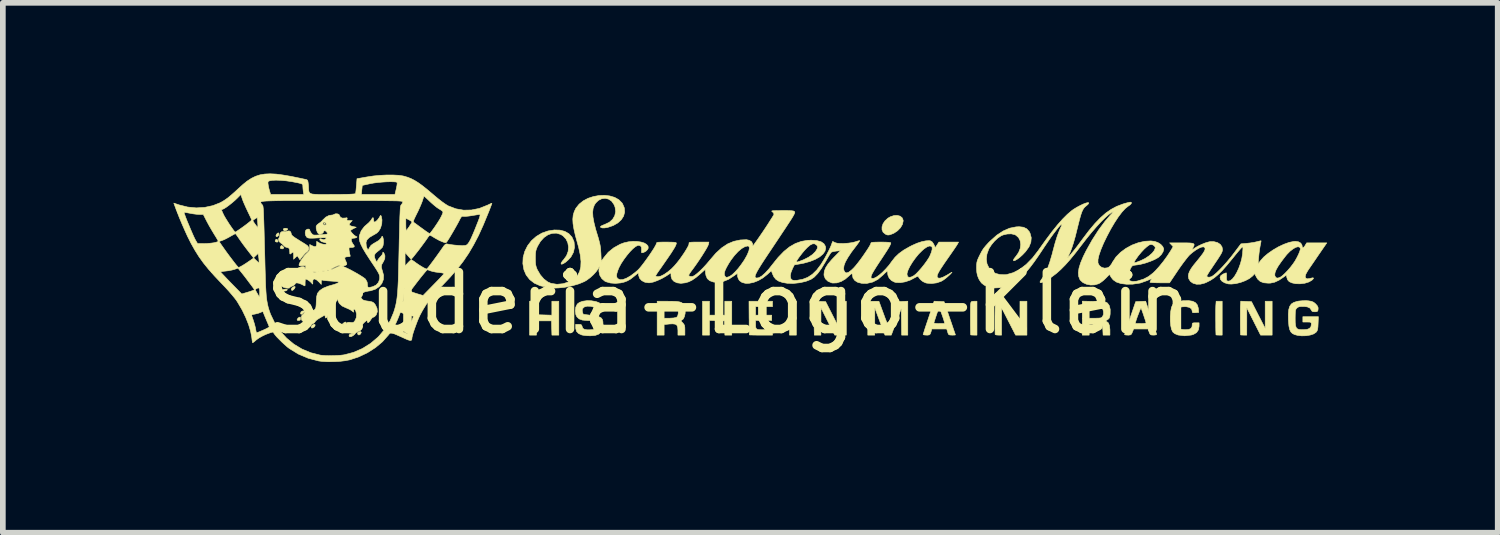
<source format=kicad_pcb>
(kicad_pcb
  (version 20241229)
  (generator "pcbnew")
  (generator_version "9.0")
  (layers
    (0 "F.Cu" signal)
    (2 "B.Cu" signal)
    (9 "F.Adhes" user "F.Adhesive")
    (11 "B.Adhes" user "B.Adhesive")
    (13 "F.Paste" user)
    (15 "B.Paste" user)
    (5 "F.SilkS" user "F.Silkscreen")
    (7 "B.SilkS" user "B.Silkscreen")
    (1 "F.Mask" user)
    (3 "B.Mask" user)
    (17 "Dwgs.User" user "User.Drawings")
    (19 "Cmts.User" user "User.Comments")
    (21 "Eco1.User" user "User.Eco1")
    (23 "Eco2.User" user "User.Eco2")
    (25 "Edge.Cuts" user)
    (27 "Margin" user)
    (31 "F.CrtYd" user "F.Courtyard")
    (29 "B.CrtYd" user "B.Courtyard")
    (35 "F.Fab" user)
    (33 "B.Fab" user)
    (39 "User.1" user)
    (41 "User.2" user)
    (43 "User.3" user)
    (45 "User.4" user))
  (footprint "Scuderia-Logo-Klein"
    (layer "F.Cu")
    (at 9.755 1.778)
    (property "Reference" "Scuderia-Logo-Klein" (at 0 0.5 0) (layer "F.SilkS") (effects (font (size 1 1) (thickness 0.15))))
    (attr through_hole exclude_from_pos_files exclude_from_bom)
    (fp_poly (pts (xy -7.44 0.636) (xy -7.44 0.637) (xy -7.441 0.637) (xy -7.44 0.636)) (stroke (width 0.01) (type solid)) (fill yes) (layer "F.SilkS"))
    (fp_poly (pts (xy -7.106 -0.905) (xy -7.092 -0.893) (xy -7.09 -0.89) (xy -7.097 -0.884) (xy -7.11 -0.896) (xy -7.112 -0.899) (xy -7.114 -0.908) (xy -7.106 -0.905)) (stroke (width 0.01) (type solid)) (fill yes) (layer "F.SilkS"))
    (fp_poly (pts (xy -7.927 -0.612) (xy -7.916 -0.586) (xy -7.926 -0.574) (xy -7.942 -0.573) (xy -7.963 -0.581) (xy -7.969 -0.592) (xy -7.96 -0.615) (xy -7.942 -0.623) (xy -7.927 -0.612)) (stroke (width 0.01) (type solid)) (fill yes) (layer "F.SilkS"))
    (fp_poly (pts (xy -7.441 0.637) (xy -7.467 0.667) (xy -7.494 0.691) (xy -7.514 0.696) (xy -7.523 0.68) (xy -7.523 0.679) (xy -7.511 0.65) (xy -7.48 0.636) (xy -7.441 0.637)) (stroke (width 0.01) (type solid)) (fill yes) (layer "F.SilkS"))
    (fp_poly (pts (xy -7.903 -0.724) (xy -7.903 -0.705) (xy -7.914 -0.683) (xy -7.932 -0.67) (xy -7.949 -0.67) (xy -7.955 -0.684) (xy -7.946 -0.71) (xy -7.925 -0.73) (xy -7.911 -0.735) (xy -7.903 -0.724)) (stroke (width 0.01) (type solid)) (fill yes) (layer "F.SilkS"))
    (fp_poly (pts (xy -7.903 0.127) (xy -7.903 0.146) (xy -7.914 0.168) (xy -7.932 0.181) (xy -7.949 0.181) (xy -7.955 0.167) (xy -7.946 0.142) (xy -7.925 0.121) (xy -7.911 0.116) (xy -7.903 0.127)) (stroke (width 0.01) (type solid)) (fill yes) (layer "F.SilkS"))
    (fp_poly (pts (xy -7.755 -0.811) (xy -7.748 -0.797) (xy -7.767 -0.781) (xy -7.772 -0.778) (xy -7.801 -0.77) (xy -7.819 -0.781) (xy -7.826 -0.802) (xy -7.809 -0.814) (xy -7.785 -0.816) (xy -7.755 -0.811)) (stroke (width 0.01) (type solid)) (fill yes) (layer "F.SilkS"))
    (fp_poly (pts (xy -7.266 0.881) (xy -7.269 0.901) (xy -7.284 0.921) (xy -7.292 0.926) (xy -7.32 0.939) (xy -7.331 0.934) (xy -7.334 0.915) (xy -7.322 0.889) (xy -7.292 0.874) (xy -7.278 0.873) (xy -7.266 0.881)) (stroke (width 0.01) (type solid)) (fill yes) (layer "F.SilkS"))
    (fp_poly (pts (xy -6.462 1.002) (xy -6.455 1.017) (xy -6.468 1.042) (xy -6.472 1.046) (xy -6.496 1.061) (xy -6.514 1.05) (xy -6.518 1.041) (xy -6.523 1.023) (xy -6.513 1.012) (xy -6.486 1.002) (xy -6.462 1.002)) (stroke (width 0.01) (type solid)) (fill yes) (layer "F.SilkS"))
    (fp_poly (pts (xy -7.847 -0.51) (xy -7.832 -0.497) (xy -7.815 -0.477) (xy -7.821 -0.464) (xy -7.823 -0.463) (xy -7.843 -0.453) (xy -7.863 -0.457) (xy -7.871 -0.46) (xy -7.88 -0.472) (xy -7.873 -0.494) (xy -7.861 -0.512) (xy -7.847 -0.51)) (stroke (width 0.01) (type solid)) (fill yes) (layer "F.SilkS"))
    (fp_poly (pts (xy -7.618 0.213) (xy -7.617 0.218) (xy -7.627 0.242) (xy -7.648 0.266) (xy -7.67 0.278) (xy -7.672 0.278) (xy -7.683 0.267) (xy -7.685 0.255) (xy -7.674 0.232) (xy -7.651 0.215) (xy -7.626 0.207) (xy -7.618 0.213)) (stroke (width 0.01) (type solid)) (fill yes) (layer "F.SilkS"))
    (fp_poly (pts (xy -7.523 0.758) (xy -7.523 0.771) (xy -7.528 0.797) (xy -7.55 0.805) (xy -7.556 0.805) (xy -7.58 0.801) (xy -7.582 0.785) (xy -7.582 0.785) (xy -7.564 0.761) (xy -7.548 0.75) (xy -7.529 0.744) (xy -7.523 0.758)) (stroke (width 0.01) (type solid)) (fill yes) (layer "F.SilkS"))
    (fp_poly (pts (xy -7.48 0.856) (xy -7.468 0.874) (xy -7.463 0.901) (xy -7.471 0.925) (xy -7.488 0.939) (xy -7.507 0.936) (xy -7.516 0.926) (xy -7.52 0.904) (xy -7.515 0.875) (xy -7.505 0.852) (xy -7.496 0.846) (xy -7.48 0.856)) (stroke (width 0.01) (type solid)) (fill yes) (layer "F.SilkS"))
    (fp_poly (pts (xy -6.756 0.952) (xy -6.749 0.974) (xy -6.749 0.999) (xy -6.764 1.007) (xy -6.775 1.008) (xy -6.799 1.005) (xy -6.807 1) (xy -6.8 0.979) (xy -6.785 0.955) (xy -6.77 0.941) (xy -6.767 0.94) (xy -6.756 0.952)) (stroke (width 0.01) (type solid)) (fill yes) (layer "F.SilkS"))
    (fp_poly (pts (xy -7.763 0.254) (xy -7.755 0.264) (xy -7.755 0.267) (xy -7.772 0.281) (xy -7.803 0.289) (xy -7.806 0.289) (xy -7.836 0.289) (xy -7.845 0.28) (xy -7.844 0.276) (xy -7.828 0.262) (xy -7.796 0.254) (xy -7.794 0.254) (xy -7.763 0.254)) (stroke (width 0.01) (type solid)) (fill yes) (layer "F.SilkS"))
    (fp_poly (pts (xy -0.335 0.711) (xy -0.065 0.711) (xy -0.065 0.467) (xy 0.057 0.467) (xy 0.057 1.062) (xy -0.064 1.062) (xy -0.068 0.937) (xy -0.072 0.812) (xy -0.335 0.804) (xy -0.335 1.062) (xy -0.457 1.062) (xy -0.457 0.467) (xy -0.335 0.467) (xy -0.335 0.711)) (stroke (width 0.01) (type solid)) (fill yes) (layer "F.SilkS"))
    (fp_poly (pts (xy 1.192 1.062) (xy 1.072 1.062) (xy 1.071 0.829) (xy 1.071 0.747) (xy 1.072 0.67) (xy 1.074 0.603) (xy 1.077 0.553) (xy 1.078 0.532) (xy 1.085 0.493) (xy 1.094 0.474) (xy 1.113 0.468) (xy 1.139 0.467) (xy 1.192 0.467) (xy 1.192 1.062)) (stroke (width 0.01) (type solid)) (fill yes) (layer "F.SilkS"))
    (fp_poly (pts (xy -3.372 0.586) (xy -3.368 0.704) (xy -3.236 0.708) (xy -3.105 0.712) (xy -3.105 0.467) (xy -2.983 0.467) (xy -2.983 1.062) (xy -3.104 1.062) (xy -3.108 0.937) (xy -3.111 0.812) (xy -3.368 0.812) (xy -3.372 0.937) (xy -3.376 1.062) (xy -3.497 1.062) (xy -3.497 0.467) (xy -3.376 0.467) (xy -3.372 0.586)) (stroke (width 0.01) (type solid)) (fill yes) (layer "F.SilkS"))
    (fp_poly (pts (xy 1.613 0.47) (xy 1.707 0.474) (xy 1.948 0.947) (xy 1.948 0.467) (xy 2.07 0.467) (xy 2.07 1.062) (xy 1.867 1.062) (xy 1.746 0.822) (xy 1.625 0.582) (xy 1.624 1.062) (xy 1.508 1.062) (xy 1.504 0.883) (xy 1.504 0.802) (xy 1.505 0.718) (xy 1.507 0.64) (xy 1.51 0.585) (xy 1.519 0.466) (xy 1.613 0.47)) (stroke (width 0.01) (type solid)) (fill yes) (layer "F.SilkS"))
    (fp_poly (pts (xy 8.677 1.062) (xy 8.622 1.062) (xy 8.589 1.061) (xy 8.57 1.059) (xy 8.568 1.059) (xy 8.567 1.032) (xy 8.565 0.984) (xy 8.564 0.92) (xy 8.564 0.848) (xy 8.563 0.771) (xy 8.563 0.697) (xy 8.563 0.631) (xy 8.564 0.579) (xy 8.565 0.547) (xy 8.565 0.545) (xy 8.571 0.467) (xy 8.677 0.467) (xy 8.677 1.062)) (stroke (width 0.01) (type solid)) (fill yes) (layer "F.SilkS"))
    (fp_poly (pts (xy 4.367 1.062) (xy 4.313 1.062) (xy 4.278 1.061) (xy 4.259 1.059) (xy 4.257 1.059) (xy 4.255 1.042) (xy 4.254 1.004) (xy 4.253 0.949) (xy 4.252 0.882) (xy 4.252 0.809) (xy 4.252 0.734) (xy 4.252 0.663) (xy 4.252 0.6) (xy 4.253 0.552) (xy 4.254 0.522) (xy 4.255 0.518) (xy 4.261 0.485) (xy 4.274 0.471) (xy 4.302 0.468) (xy 4.314 0.467) (xy 4.367 0.467) (xy 4.367 1.062)) (stroke (width 0.01) (type solid)) (fill yes) (layer "F.SilkS"))
    (fp_poly (pts (xy 3.016 -1.029) (xy 3.052 -1) (xy 3.069 -0.958) (xy 3.07 -0.944) (xy 3.057 -0.885) (xy 3.023 -0.826) (xy 2.972 -0.773) (xy 2.908 -0.73) (xy 2.87 -0.714) (xy 2.829 -0.7) (xy 2.803 -0.697) (xy 2.779 -0.702) (xy 2.759 -0.712) (xy 2.718 -0.745) (xy 2.698 -0.79) (xy 2.698 -0.841) (xy 2.716 -0.895) (xy 2.751 -0.947) (xy 2.802 -0.993) (xy 2.845 -1.018) (xy 2.908 -1.039) (xy 2.966 -1.042) (xy 3.016 -1.029)) (stroke (width 0.01) (type solid)) (fill yes) (layer "F.SilkS"))
    (fp_poly (pts (xy 4.999 0.707) (xy 5.122 0.947) (xy 5.123 0.467) (xy 5.245 0.467) (xy 5.245 1.062) (xy 5.046 1.062) (xy 4.923 0.822) (xy 4.8 0.582) (xy 4.799 0.822) (xy 4.799 1.062) (xy 4.746 1.062) (xy 4.711 1.06) (xy 4.689 1.054) (xy 4.687 1.052) (xy 4.686 1.036) (xy 4.685 0.998) (xy 4.684 0.943) (xy 4.684 0.877) (xy 4.684 0.803) (xy 4.684 0.728) (xy 4.685 0.655) (xy 4.686 0.591) (xy 4.687 0.54) (xy 4.688 0.518) (xy 4.691 0.467) (xy 4.876 0.467) (xy 4.999 0.707)) (stroke (width 0.01) (type solid)) (fill yes) (layer "F.SilkS"))
    (fp_poly (pts (xy 9.098 0.47) (xy 9.192 0.474) (xy 9.312 0.709) (xy 9.433 0.944) (xy 9.433 0.467) (xy 9.555 0.467) (xy 9.555 1.062) (xy 9.352 1.062) (xy 9.231 0.822) (xy 9.11 0.582) (xy 9.109 1.062) (xy 9.055 1.062) (xy 9.021 1.061) (xy 9.002 1.059) (xy 9 1.059) (xy 8.999 1.04) (xy 8.998 1) (xy 8.997 0.944) (xy 8.996 0.876) (xy 8.996 0.803) (xy 8.996 0.729) (xy 8.996 0.66) (xy 8.996 0.601) (xy 8.997 0.557) (xy 8.998 0.538) (xy 9.003 0.466) (xy 9.098 0.47)) (stroke (width 0.01) (type solid)) (fill yes) (layer "F.SilkS"))
    (fp_poly (pts (xy 3.151 1.062) (xy 3.043 1.062) (xy 3.04 0.829) (xy 3.036 0.596) (xy 2.948 0.829) (xy 2.861 1.062) (xy 2.75 1.062) (xy 2.66 0.822) (xy 2.571 0.582) (xy 2.57 1.062) (xy 2.448 1.062) (xy 2.448 0.467) (xy 2.644 0.468) (xy 2.724 0.686) (xy 2.753 0.765) (xy 2.775 0.821) (xy 2.791 0.857) (xy 2.802 0.877) (xy 2.81 0.881) (xy 2.815 0.874) (xy 2.817 0.872) (xy 2.826 0.847) (xy 2.842 0.803) (xy 2.862 0.745) (xy 2.886 0.678) (xy 2.894 0.657) (xy 2.958 0.474) (xy 3.055 0.47) (xy 3.151 0.466) (xy 3.151 1.062)) (stroke (width 0.01) (type solid)) (fill yes) (layer "F.SilkS"))
    (fp_poly (pts (xy 0.773 0.562) (xy 0.476 0.562) (xy 0.476 0.711) (xy 0.759 0.711) (xy 0.759 0.805) (xy 0.476 0.805) (xy 0.476 0.879) (xy 0.477 0.919) (xy 0.485 0.945) (xy 0.504 0.96) (xy 0.538 0.967) (xy 0.593 0.968) (xy 0.621 0.967) (xy 0.687 0.966) (xy 0.73 0.966) (xy 0.756 0.97) (xy 0.768 0.978) (xy 0.773 0.991) (xy 0.773 1.013) (xy 0.773 1.015) (xy 0.773 1.062) (xy 0.57 1.062) (xy 0.499 1.062) (xy 0.439 1.061) (xy 0.394 1.06) (xy 0.369 1.059) (xy 0.366 1.059) (xy 0.365 1.045) (xy 0.365 1.008) (xy 0.364 0.952) (xy 0.363 0.88) (xy 0.363 0.798) (xy 0.362 0.761) (xy 0.36 0.467) (xy 0.773 0.467) (xy 0.773 0.562)) (stroke (width 0.01) (type solid)) (fill yes) (layer "F.SilkS"))
    (fp_poly (pts (xy -0.977 0.468) (xy -0.911 0.471) (xy -0.864 0.478) (xy -0.83 0.488) (xy -0.807 0.504) (xy -0.788 0.526) (xy -0.785 0.53) (xy -0.767 0.574) (xy -0.76 0.628) (xy -0.763 0.685) (xy -0.775 0.737) (xy -0.795 0.778) (xy -0.822 0.799) (xy -0.835 0.806) (xy -0.831 0.819) (xy -0.808 0.843) (xy -0.806 0.845) (xy -0.785 0.87) (xy -0.773 0.894) (xy -0.768 0.928) (xy -0.767 0.973) (xy -0.767 1.062) (xy -0.889 1.062) (xy -0.889 0.981) (xy -0.893 0.926) (xy -0.907 0.889) (xy -0.936 0.87) (xy -0.983 0.864) (xy -1.043 0.867) (xy -1.132 0.877) (xy -1.132 1.062) (xy -1.254 1.062) (xy -1.254 0.765) (xy -1.132 0.765) (xy -1.033 0.765) (xy -0.966 0.761) (xy -0.921 0.752) (xy -0.908 0.746) (xy -0.891 0.719) (xy -0.883 0.678) (xy -0.883 0.634) (xy -0.892 0.597) (xy -0.9 0.586) (xy -0.923 0.577) (xy -0.966 0.569) (xy -1.025 0.564) (xy -1.132 0.559) (xy -1.132 0.765) (xy -1.254 0.765) (xy -1.254 0.467) (xy -1.066 0.467) (xy -0.977 0.468)) (stroke (width 0.01) (type solid)) (fill yes) (layer "F.SilkS"))
    (fp_poly (pts (xy -7.695 -0.752) (xy -7.685 -0.717) (xy -7.685 -0.716) (xy -7.679 -0.699) (xy -7.66 -0.679) (xy -7.624 -0.652) (xy -7.568 -0.617) (xy -7.553 -0.607) (xy -7.498 -0.573) (xy -7.449 -0.543) (xy -7.414 -0.519) (xy -7.398 -0.508) (xy -7.377 -0.475) (xy -7.379 -0.438) (xy -7.403 -0.406) (xy -7.409 -0.402) (xy -7.438 -0.378) (xy -7.471 -0.342) (xy -7.489 -0.321) (xy -7.533 -0.262) (xy -7.556 -0.297) (xy -7.579 -0.332) (xy -7.612 -0.302) (xy -7.644 -0.271) (xy -7.644 -0.334) (xy -7.646 -0.376) (xy -7.653 -0.394) (xy -7.668 -0.39) (xy -7.687 -0.375) (xy -7.704 -0.362) (xy -7.711 -0.368) (xy -7.712 -0.394) (xy -7.716 -0.443) (xy -7.731 -0.47) (xy -7.759 -0.478) (xy -7.76 -0.478) (xy -7.791 -0.488) (xy -7.816 -0.51) (xy -7.845 -0.539) (xy -7.87 -0.557) (xy -7.897 -0.581) (xy -7.91 -0.612) (xy -7.906 -0.64) (xy -7.902 -0.644) (xy -7.891 -0.668) (xy -7.888 -0.695) (xy -7.878 -0.734) (xy -7.852 -0.757) (xy -7.819 -0.758) (xy -7.784 -0.757) (xy -7.758 -0.765) (xy -7.722 -0.77) (xy -7.695 -0.752)) (stroke (width 0.01) (type solid)) (fill yes) (layer "F.SilkS"))
    (fp_poly (pts (xy 6.426 0.47) (xy 6.507 0.472) (xy 6.565 0.474) (xy 6.606 0.478) (xy 6.633 0.484) (xy 6.651 0.492) (xy 6.662 0.5) (xy 6.694 0.546) (xy 6.709 0.612) (xy 6.708 0.692) (xy 6.701 0.738) (xy 6.69 0.766) (xy 6.671 0.785) (xy 6.66 0.792) (xy 6.635 0.808) (xy 6.632 0.818) (xy 6.647 0.824) (xy 6.677 0.848) (xy 6.696 0.896) (xy 6.704 0.968) (xy 6.704 0.982) (xy 6.704 1.062) (xy 6.584 1.062) (xy 6.58 0.978) (xy 6.576 0.93) (xy 6.57 0.903) (xy 6.557 0.886) (xy 6.539 0.876) (xy 6.496 0.865) (xy 6.434 0.866) (xy 6.42 0.867) (xy 6.339 0.876) (xy 6.339 1.062) (xy 6.218 1.062) (xy 6.218 0.562) (xy 6.339 0.562) (xy 6.339 0.765) (xy 6.447 0.765) (xy 6.501 0.764) (xy 6.536 0.761) (xy 6.556 0.754) (xy 6.57 0.74) (xy 6.577 0.731) (xy 6.591 0.695) (xy 6.59 0.648) (xy 6.589 0.643) (xy 6.579 0.607) (xy 6.559 0.583) (xy 6.526 0.569) (xy 6.474 0.563) (xy 6.426 0.562) (xy 6.339 0.562) (xy 6.218 0.562) (xy 6.218 0.465) (xy 6.426 0.47)) (stroke (width 0.01) (type solid)) (fill yes) (layer "F.SilkS"))
    (fp_poly (pts (xy 3.702 0.47) (xy 3.789 0.474) (xy 3.888 0.765) (xy 3.917 0.848) (xy 3.942 0.922) (xy 3.963 0.984) (xy 3.979 1.029) (xy 3.987 1.054) (xy 3.988 1.059) (xy 3.976 1.061) (xy 3.946 1.062) (xy 3.928 1.062) (xy 3.89 1.06) (xy 3.87 1.052) (xy 3.858 1.029) (xy 3.852 1.008) (xy 3.835 0.954) (xy 3.574 0.954) (xy 3.558 1.008) (xy 3.546 1.041) (xy 3.531 1.057) (xy 3.504 1.062) (xy 3.481 1.062) (xy 3.445 1.06) (xy 3.424 1.055) (xy 3.421 1.052) (xy 3.425 1.037) (xy 3.437 1) (xy 3.454 0.945) (xy 3.477 0.876) (xy 3.486 0.849) (xy 3.61 0.849) (xy 3.622 0.854) (xy 3.655 0.858) (xy 3.701 0.859) (xy 3.705 0.859) (xy 3.8 0.859) (xy 3.791 0.822) (xy 3.781 0.788) (xy 3.766 0.742) (xy 3.755 0.711) (xy 3.732 0.647) (xy 3.716 0.607) (xy 3.704 0.592) (xy 3.693 0.602) (xy 3.679 0.635) (xy 3.66 0.692) (xy 3.656 0.703) (xy 3.637 0.76) (xy 3.622 0.807) (xy 3.612 0.839) (xy 3.61 0.849) (xy 3.486 0.849) (xy 3.504 0.796) (xy 3.518 0.754) (xy 3.614 0.466) (xy 3.702 0.47)) (stroke (width 0.01) (type solid)) (fill yes) (layer "F.SilkS"))
    (fp_poly (pts (xy 8.158 0.467) (xy 8.208 0.492) (xy 8.24 0.531) (xy 8.257 0.587) (xy 8.26 0.61) (xy 8.264 0.663) (xy 8.207 0.668) (xy 8.171 0.669) (xy 8.154 0.663) (xy 8.15 0.646) (xy 8.15 0.638) (xy 8.138 0.601) (xy 8.102 0.575) (xy 8.046 0.563) (xy 8.018 0.562) (xy 7.964 0.566) (xy 7.928 0.582) (xy 7.904 0.614) (xy 7.891 0.666) (xy 7.886 0.704) (xy 7.882 0.762) (xy 7.882 0.821) (xy 7.884 0.857) (xy 7.897 0.91) (xy 7.923 0.944) (xy 7.964 0.962) (xy 8.027 0.967) (xy 8.029 0.967) (xy 8.089 0.963) (xy 8.127 0.946) (xy 8.146 0.917) (xy 8.15 0.885) (xy 8.151 0.861) (xy 8.162 0.849) (xy 8.188 0.846) (xy 8.21 0.846) (xy 8.271 0.846) (xy 8.271 0.906) (xy 8.26 0.969) (xy 8.227 1.018) (xy 8.172 1.05) (xy 8.135 1.061) (xy 8.018 1.074) (xy 7.906 1.061) (xy 7.894 1.057) (xy 7.845 1.037) (xy 7.81 1.008) (xy 7.809 1.007) (xy 7.787 0.962) (xy 7.773 0.897) (xy 7.765 0.818) (xy 7.765 0.733) (xy 7.772 0.648) (xy 7.786 0.573) (xy 7.81 0.524) (xy 7.854 0.489) (xy 7.919 0.467) (xy 7.996 0.457) (xy 8.088 0.456) (xy 8.158 0.467)) (stroke (width 0.01) (type solid)) (fill yes) (layer "F.SilkS"))
    (fp_poly (pts (xy 7.425 0.747) (xy 7.453 0.83) (xy 7.478 0.905) (xy 7.499 0.968) (xy 7.514 1.014) (xy 7.523 1.041) (xy 7.525 1.045) (xy 7.52 1.056) (xy 7.492 1.061) (xy 7.471 1.062) (xy 7.433 1.06) (xy 7.413 1.051) (xy 7.4 1.028) (xy 7.393 1.008) (xy 7.375 0.954) (xy 7.121 0.954) (xy 7.099 1.008) (xy 7.084 1.042) (xy 7.067 1.057) (xy 7.037 1.062) (xy 7.019 1.062) (xy 6.984 1.06) (xy 6.964 1.055) (xy 6.962 1.052) (xy 6.966 1.037) (xy 6.978 1) (xy 6.996 0.945) (xy 7.02 0.876) (xy 7.026 0.856) (xy 7.15 0.856) (xy 7.162 0.858) (xy 7.195 0.859) (xy 7.241 0.859) (xy 7.244 0.859) (xy 7.291 0.858) (xy 7.325 0.854) (xy 7.339 0.849) (xy 7.339 0.848) (xy 7.335 0.83) (xy 7.324 0.794) (xy 7.308 0.747) (xy 7.291 0.695) (xy 7.274 0.647) (xy 7.26 0.609) (xy 7.251 0.589) (xy 7.25 0.588) (xy 7.244 0.596) (xy 7.231 0.623) (xy 7.215 0.664) (xy 7.196 0.712) (xy 7.178 0.761) (xy 7.163 0.806) (xy 7.153 0.841) (xy 7.15 0.856) (xy 7.026 0.856) (xy 7.047 0.796) (xy 7.06 0.758) (xy 7.157 0.474) (xy 7.244 0.47) (xy 7.332 0.466) (xy 7.425 0.747)) (stroke (width 0.01) (type solid)) (fill yes) (layer "F.SilkS"))
    (fp_poly (pts (xy 10.196 0.46) (xy 10.248 0.469) (xy 10.285 0.485) (xy 10.318 0.512) (xy 10.322 0.516) (xy 10.351 0.55) (xy 10.363 0.58) (xy 10.363 0.605) (xy 10.358 0.635) (xy 10.344 0.648) (xy 10.313 0.652) (xy 10.307 0.652) (xy 10.271 0.65) (xy 10.252 0.638) (xy 10.244 0.622) (xy 10.218 0.586) (xy 10.173 0.566) (xy 10.127 0.56) (xy 10.069 0.559) (xy 10.031 0.563) (xy 10.005 0.574) (xy 9.987 0.589) (xy 9.975 0.604) (xy 9.967 0.624) (xy 9.963 0.655) (xy 9.961 0.702) (xy 9.96 0.765) (xy 9.961 0.843) (xy 9.967 0.898) (xy 9.98 0.934) (xy 10.003 0.955) (xy 10.038 0.965) (xy 10.09 0.967) (xy 10.102 0.967) (xy 10.169 0.962) (xy 10.213 0.944) (xy 10.238 0.912) (xy 10.244 0.873) (xy 10.243 0.85) (xy 10.234 0.838) (xy 10.213 0.833) (xy 10.171 0.832) (xy 10.095 0.832) (xy 10.095 0.738) (xy 10.368 0.738) (xy 10.363 0.858) (xy 10.36 0.919) (xy 10.355 0.959) (xy 10.346 0.986) (xy 10.332 1.007) (xy 10.327 1.012) (xy 10.285 1.041) (xy 10.224 1.061) (xy 10.151 1.073) (xy 10.074 1.075) (xy 9.999 1.066) (xy 9.951 1.053) (xy 9.912 1.034) (xy 9.883 1.005) (xy 9.863 0.963) (xy 9.85 0.903) (xy 9.843 0.822) (xy 9.841 0.792) (xy 9.84 0.692) (xy 9.847 0.614) (xy 9.864 0.557) (xy 9.892 0.516) (xy 9.935 0.488) (xy 9.992 0.47) (xy 10.023 0.464) (xy 10.09 0.458) (xy 10.16 0.457) (xy 10.196 0.46)) (stroke (width 0.01) (type solid)) (fill yes) (layer "F.SilkS"))
    (fp_poly (pts (xy -2.415 0.458) (xy -2.339 0.471) (xy -2.324 0.475) (xy -2.275 0.493) (xy -2.246 0.516) (xy -2.229 0.553) (xy -2.219 0.593) (xy -2.21 0.643) (xy -2.272 0.643) (xy -2.311 0.641) (xy -2.33 0.634) (xy -2.335 0.619) (xy -2.335 0.618) (xy -2.342 0.59) (xy -2.369 0.57) (xy -2.417 0.557) (xy -2.427 0.555) (xy -2.486 0.554) (xy -2.534 0.567) (xy -2.564 0.595) (xy -2.57 0.611) (xy -2.571 0.638) (xy -2.564 0.67) (xy -2.554 0.693) (xy -2.547 0.697) (xy -2.533 0.699) (xy -2.498 0.704) (xy -2.448 0.71) (xy -2.404 0.716) (xy -2.327 0.728) (xy -2.272 0.742) (xy -2.237 0.761) (xy -2.217 0.788) (xy -2.208 0.826) (xy -2.206 0.87) (xy -2.214 0.947) (xy -2.238 1.005) (xy -2.28 1.044) (xy -2.342 1.067) (xy -2.425 1.074) (xy -2.436 1.074) (xy -2.492 1.072) (xy -2.544 1.066) (xy -2.578 1.06) (xy -2.636 1.034) (xy -2.672 0.996) (xy -2.686 0.943) (xy -2.686 0.931) (xy -2.686 0.873) (xy -2.634 0.873) (xy -2.599 0.875) (xy -2.582 0.886) (xy -2.573 0.911) (xy -2.573 0.912) (xy -2.56 0.943) (xy -2.533 0.961) (xy -2.487 0.969) (xy -2.446 0.969) (xy -2.389 0.966) (xy -2.355 0.956) (xy -2.336 0.938) (xy -2.33 0.923) (xy -2.327 0.876) (xy -2.344 0.837) (xy -2.371 0.818) (xy -2.402 0.811) (xy -2.449 0.806) (xy -2.488 0.805) (xy -2.568 0.798) (xy -2.626 0.777) (xy -2.665 0.741) (xy -2.683 0.704) (xy -2.694 0.637) (xy -2.685 0.571) (xy -2.658 0.516) (xy -2.658 0.516) (xy -2.619 0.487) (xy -2.562 0.467) (xy -2.492 0.457) (xy -2.415 0.458)) (stroke (width 0.01) (type solid)) (fill yes) (layer "F.SilkS"))
    (fp_poly (pts (xy 7.082 -1.269) (xy 7.079 -1.251) (xy 7.059 -1.228) (xy 7.023 -1.203) (xy 6.973 -1.163) (xy 6.916 -1.101) (xy 6.853 -1.018) (xy 6.787 -0.918) (xy 6.719 -0.803) (xy 6.652 -0.676) (xy 6.592 -0.553) (xy 6.544 -0.438) (xy 6.511 -0.342) (xy 6.494 -0.266) (xy 6.494 -0.209) (xy 6.495 -0.203) (xy 6.519 -0.159) (xy 6.559 -0.128) (xy 6.609 -0.115) (xy 6.66 -0.121) (xy 6.688 -0.135) (xy 6.711 -0.159) (xy 6.738 -0.197) (xy 6.746 -0.212) (xy 7.128 -0.212) (xy 7.14 -0.21) (xy 7.17 -0.218) (xy 7.22 -0.237) (xy 7.25 -0.249) (xy 7.325 -0.286) (xy 7.392 -0.331) (xy 7.446 -0.378) (xy 7.484 -0.426) (xy 7.501 -0.469) (xy 7.501 -0.477) (xy 7.489 -0.501) (xy 7.462 -0.522) (xy 7.428 -0.532) (xy 7.425 -0.532) (xy 7.394 -0.522) (xy 7.353 -0.492) (xy 7.304 -0.448) (xy 7.253 -0.393) (xy 7.202 -0.331) (xy 7.156 -0.266) (xy 7.131 -0.225) (xy 7.128 -0.212) (xy 6.746 -0.212) (xy 6.752 -0.223) (xy 6.81 -0.311) (xy 6.89 -0.392) (xy 6.985 -0.462) (xy 7.091 -0.52) (xy 7.203 -0.562) (xy 7.316 -0.587) (xy 7.425 -0.593) (xy 7.493 -0.584) (xy 7.548 -0.564) (xy 7.597 -0.533) (xy 7.632 -0.495) (xy 7.649 -0.457) (xy 7.65 -0.449) (xy 7.638 -0.403) (xy 7.607 -0.353) (xy 7.562 -0.309) (xy 7.545 -0.297) (xy 7.487 -0.265) (xy 7.413 -0.234) (xy 7.33 -0.205) (xy 7.25 -0.184) (xy 7.182 -0.172) (xy 7.18 -0.172) (xy 7.133 -0.166) (xy 7.105 -0.159) (xy 7.087 -0.144) (xy 7.072 -0.12) (xy 7.069 -0.115) (xy 7.035 -0.035) (xy 7.022 0.029) (xy 7.03 0.077) (xy 7.057 0.108) (xy 7.104 0.12) (xy 7.171 0.115) (xy 7.195 0.109) (xy 7.297 0.077) (xy 7.383 0.032) (xy 7.464 -0.031) (xy 7.503 -0.069) (xy 7.571 -0.144) (xy 7.644 -0.234) (xy 7.713 -0.329) (xy 7.772 -0.42) (xy 7.781 -0.435) (xy 7.815 -0.493) (xy 7.784 -0.526) (xy 7.753 -0.559) (xy 7.963 -0.559) (xy 8.05 -0.559) (xy 8.112 -0.557) (xy 8.153 -0.552) (xy 8.176 -0.543) (xy 8.184 -0.53) (xy 8.181 -0.51) (xy 8.169 -0.485) (xy 8.153 -0.453) (xy 8.154 -0.443) (xy 8.171 -0.451) (xy 8.189 -0.464) (xy 8.246 -0.499) (xy 8.315 -0.532) (xy 8.385 -0.56) (xy 8.446 -0.577) (xy 8.461 -0.58) (xy 8.533 -0.58) (xy 8.595 -0.564) (xy 8.644 -0.532) (xy 8.674 -0.488) (xy 8.682 -0.445) (xy 8.681 -0.428) (xy 8.677 -0.41) (xy 8.669 -0.388) (xy 8.654 -0.36) (xy 8.63 -0.321) (xy 8.597 -0.27) (xy 8.551 -0.202) (xy 8.504 -0.132) (xy 8.467 -0.077) (xy 8.437 -0.03) (xy 8.416 0.005) (xy 8.406 0.023) (xy 8.406 0.024) (xy 8.417 0.04) (xy 8.446 0.045) (xy 8.483 0.037) (xy 8.489 0.035) (xy 8.525 0.012) (xy 8.574 -0.029) (xy 8.632 -0.085) (xy 8.696 -0.152) (xy 8.764 -0.229) (xy 8.831 -0.31) (xy 8.879 -0.372) (xy 9.007 -0.542) (xy 9.109 -0.551) (xy 9.172 -0.558) (xy 9.237 -0.568) (xy 9.285 -0.579) (xy 9.326 -0.589) (xy 9.353 -0.595) (xy 9.361 -0.595) (xy 9.359 -0.582) (xy 9.353 -0.55) (xy 9.345 -0.508) (xy 9.335 -0.452) (xy 9.326 -0.383) (xy 9.319 -0.315) (xy 9.318 -0.306) (xy 9.308 -0.188) (xy 9.35 -0.245) (xy 9.407 -0.309) (xy 9.483 -0.373) (xy 9.571 -0.434) (xy 9.665 -0.489) (xy 9.761 -0.534) (xy 9.852 -0.567) (xy 9.934 -0.584) (xy 9.963 -0.586) (xy 10.018 -0.578) (xy 10.058 -0.555) (xy 10.08 -0.52) (xy 10.082 -0.504) (xy 10.087 -0.478) (xy 10.102 -0.475) (xy 10.124 -0.496) (xy 10.134 -0.512) (xy 10.162 -0.559) (xy 10.516 -0.559) (xy 10.37 -0.347) (xy 10.321 -0.275) (xy 10.274 -0.206) (xy 10.232 -0.145) (xy 10.199 -0.097) (xy 10.18 -0.068) (xy 10.148 -0.011) (xy 10.136 0.032) (xy 10.145 0.061) (xy 10.173 0.073) (xy 10.22 0.067) (xy 10.227 0.064) (xy 10.267 0.055) (xy 10.283 0.059) (xy 10.275 0.076) (xy 10.254 0.097) (xy 10.201 0.128) (xy 10.13 0.15) (xy 10.051 0.16) (xy 9.972 0.159) (xy 9.903 0.144) (xy 9.855 0.122) (xy 9.827 0.09) (xy 9.813 0.048) (xy 9.805 0.007) (xy 9.757 0.042) (xy 9.675 0.097) (xy 9.599 0.132) (xy 9.524 0.148) (xy 9.487 0.149) (xy 9.407 0.142) (xy 9.346 0.119) (xy 9.3 0.077) (xy 9.277 0.039) (xy 9.263 0.01) (xy 9.601 0.01) (xy 9.607 0.029) (xy 9.627 0.055) (xy 9.656 0.06) (xy 9.699 0.044) (xy 9.701 0.043) (xy 9.734 0.019) (xy 9.778 -0.021) (xy 9.828 -0.073) (xy 9.878 -0.131) (xy 9.923 -0.19) (xy 9.957 -0.24) (xy 9.989 -0.297) (xy 10.018 -0.355) (xy 10.039 -0.406) (xy 10.051 -0.445) (xy 10.052 -0.461) (xy 10.037 -0.485) (xy 10.008 -0.491) (xy 9.968 -0.48) (xy 9.921 -0.452) (xy 9.869 -0.412) (xy 9.817 -0.359) (xy 9.796 -0.334) (xy 9.72 -0.235) (xy 9.663 -0.153) (xy 9.625 -0.086) (xy 9.605 -0.032) (xy 9.601 0.01) (xy 9.263 0.01) (xy 9.25 -0.018) (xy 9.21 0.024) (xy 9.156 0.067) (xy 9.084 0.105) (xy 9.001 0.136) (xy 8.916 0.157) (xy 8.837 0.165) (xy 8.783 0.162) (xy 8.72 0.143) (xy 8.674 0.115) (xy 8.647 0.083) (xy 8.639 0.048) (xy 8.654 0.016) (xy 8.692 -0.011) (xy 8.698 -0.013) (xy 8.729 -0.026) (xy 8.748 -0.032) (xy 8.749 -0.032) (xy 8.752 -0.02) (xy 8.753 0.011) (xy 8.753 0.039) (xy 8.753 0.08) (xy 8.758 0.102) (xy 8.77 0.111) (xy 8.783 0.114) (xy 8.818 0.106) (xy 8.857 0.075) (xy 8.896 0.026) (xy 8.934 -0.039) (xy 8.969 -0.115) (xy 8.999 -0.198) (xy 9.022 -0.285) (xy 9.036 -0.371) (xy 9.037 -0.39) (xy 9.041 -0.443) (xy 9.042 -0.474) (xy 9.039 -0.487) (xy 9.03 -0.485) (xy 9.021 -0.478) (xy 9.005 -0.461) (xy 8.975 -0.427) (xy 8.935 -0.38) (xy 8.888 -0.322) (xy 8.845 -0.269) (xy 8.755 -0.16) (xy 8.677 -0.072) (xy 8.605 -0.001) (xy 8.538 0.055) (xy 8.471 0.099) (xy 8.402 0.134) (xy 8.369 0.148) (xy 8.295 0.167) (xy 8.226 0.168) (xy 8.166 0.151) (xy 8.119 0.118) (xy 8.09 0.072) (xy 8.082 0.025) (xy 8.087 -0.014) (xy 8.103 -0.057) (xy 8.132 -0.108) (xy 8.177 -0.17) (xy 8.236 -0.242) (xy 8.295 -0.315) (xy 8.337 -0.371) (xy 8.363 -0.413) (xy 8.376 -0.445) (xy 8.375 -0.468) (xy 8.374 -0.471) (xy 8.356 -0.488) (xy 8.321 -0.487) (xy 8.274 -0.469) (xy 8.217 -0.436) (xy 8.154 -0.39) (xy 8.104 -0.347) (xy 8.077 -0.317) (xy 8.039 -0.269) (xy 7.993 -0.209) (xy 7.943 -0.14) (xy 7.897 -0.073) (xy 7.752 0.143) (xy 7.579 0.143) (xy 7.515 0.142) (xy 7.461 0.14) (xy 7.423 0.137) (xy 7.407 0.133) (xy 7.407 0.133) (xy 7.414 0.115) (xy 7.427 0.093) (xy 7.436 0.078) (xy 7.434 0.073) (xy 7.416 0.079) (xy 7.38 0.094) (xy 7.363 0.102) (xy 7.236 0.147) (xy 7.103 0.167) (xy 6.998 0.168) (xy 6.897 0.156) (xy 6.819 0.13) (xy 6.761 0.09) (xy 6.727 0.048) (xy 6.696 -0.005) (xy 6.629 0.064) (xy 6.586 0.104) (xy 6.541 0.138) (xy 6.508 0.158) (xy 6.438 0.179) (xy 6.364 0.182) (xy 6.293 0.168) (xy 6.23 0.139) (xy 6.184 0.097) (xy 6.177 0.087) (xy 6.155 0.031) (xy 6.149 -0.035) (xy 6.16 -0.114) (xy 6.189 -0.208) (xy 6.235 -0.318) (xy 6.287 -0.423) (xy 6.392 -0.61) (xy 6.503 -0.783) (xy 6.618 -0.938) (xy 6.71 -1.045) (xy 6.744 -1.081) (xy 6.76 -1.101) (xy 6.761 -1.106) (xy 6.746 -1.1) (xy 6.732 -1.092) (xy 6.683 -1.058) (xy 6.621 -1.003) (xy 6.549 -0.932) (xy 6.469 -0.845) (xy 6.384 -0.747) (xy 6.295 -0.638) (xy 6.206 -0.522) (xy 6.203 -0.519) (xy 6.099 -0.383) (xy 6.006 -0.269) (xy 5.92 -0.172) (xy 5.84 -0.091) (xy 5.764 -0.023) (xy 5.687 0.035) (xy 5.661 0.053) (xy 5.592 0.097) (xy 5.537 0.125) (xy 5.499 0.14) (xy 5.478 0.139) (xy 5.476 0.123) (xy 5.494 0.092) (xy 5.509 0.072) (xy 5.555 0.004) (xy 5.6 -0.09) (xy 5.644 -0.211) (xy 5.688 -0.359) (xy 5.704 -0.422) (xy 5.741 -0.56) (xy 5.779 -0.681) (xy 5.817 -0.781) (xy 5.842 -0.835) (xy 5.858 -0.873) (xy 5.861 -0.89) (xy 5.852 -0.888) (xy 5.831 -0.868) (xy 5.8 -0.834) (xy 5.762 -0.785) (xy 5.716 -0.725) (xy 5.664 -0.654) (xy 5.609 -0.574) (xy 5.55 -0.487) (xy 5.531 -0.458) (xy 5.445 -0.329) (xy 5.37 -0.222) (xy 5.304 -0.134) (xy 5.244 -0.061) (xy 5.188 -0.002) (xy 5.134 0.047) (xy 5.126 0.054) (xy 5.007 0.137) (xy 4.891 0.195) (xy 4.779 0.228) (xy 4.67 0.234) (xy 4.567 0.215) (xy 4.559 0.212) (xy 4.493 0.183) (xy 4.445 0.144) (xy 4.407 0.089) (xy 4.392 0.057) (xy 4.374 0.009) (xy 4.364 -0.042) (xy 4.36 -0.106) (xy 4.36 -0.122) (xy 4.361 -0.175) (xy 4.365 -0.215) (xy 4.375 -0.253) (xy 4.393 -0.296) (xy 4.42 -0.351) (xy 4.451 -0.411) (xy 4.483 -0.461) (xy 4.522 -0.509) (xy 4.572 -0.564) (xy 4.602 -0.593) (xy 4.715 -0.694) (xy 4.828 -0.768) (xy 4.94 -0.817) (xy 5.054 -0.84) (xy 5.109 -0.843) (xy 5.184 -0.834) (xy 5.242 -0.806) (xy 5.285 -0.758) (xy 5.301 -0.726) (xy 5.321 -0.65) (xy 5.314 -0.57) (xy 5.281 -0.488) (xy 5.221 -0.405) (xy 5.167 -0.348) (xy 5.117 -0.303) (xy 5.073 -0.271) (xy 5.038 -0.251) (xy 5.016 -0.244) (xy 5.007 -0.252) (xy 5.015 -0.274) (xy 5.042 -0.311) (xy 5.052 -0.322) (xy 5.099 -0.39) (xy 5.127 -0.461) (xy 5.136 -0.531) (xy 5.126 -0.597) (xy 5.098 -0.652) (xy 5.052 -0.693) (xy 5.031 -0.704) (xy 4.97 -0.718) (xy 4.897 -0.715) (xy 4.825 -0.698) (xy 4.791 -0.683) (xy 4.733 -0.644) (xy 4.674 -0.589) (xy 4.62 -0.524) (xy 4.578 -0.458) (xy 4.576 -0.455) (xy 4.542 -0.362) (xy 4.532 -0.273) (xy 4.543 -0.192) (xy 4.576 -0.122) (xy 4.626 -0.064) (xy 4.693 -0.023) (xy 4.774 -0.001) (xy 4.868 0.000018) (xy 4.892 -0.003) (xy 5.007 -0.036) (xy 5.121 -0.095) (xy 5.233 -0.181) (xy 5.343 -0.293) (xy 5.45 -0.431) (xy 5.454 -0.438) (xy 5.574 -0.606) (xy 5.683 -0.752) (xy 5.782 -0.875) (xy 5.872 -0.977) (xy 5.954 -1.059) (xy 6.028 -1.122) (xy 6.062 -1.147) (xy 6.122 -1.184) (xy 6.18 -1.215) (xy 6.232 -1.24) (xy 6.276 -1.257) (xy 6.309 -1.266) (xy 6.329 -1.266) (xy 6.332 -1.256) (xy 6.317 -1.235) (xy 6.288 -1.21) (xy 6.264 -1.19) (xy 6.244 -1.167) (xy 6.227 -1.139) (xy 6.21 -1.102) (xy 6.193 -1.052) (xy 6.174 -0.986) (xy 6.152 -0.9) (xy 6.129 -0.808) (xy 6.095 -0.671) (xy 6.063 -0.559) (xy 6.033 -0.467) (xy 6.004 -0.393) (xy 5.976 -0.334) (xy 5.974 -0.33) (xy 5.963 -0.307) (xy 5.966 -0.304) (xy 5.983 -0.319) (xy 6.01 -0.35) (xy 6.047 -0.395) (xy 6.093 -0.452) (xy 6.144 -0.519) (xy 6.2 -0.595) (xy 6.226 -0.63) (xy 6.336 -0.775) (xy 6.438 -0.897) (xy 6.536 -0.999) (xy 6.63 -1.082) (xy 6.725 -1.148) (xy 6.822 -1.2) (xy 6.924 -1.239) (xy 6.958 -1.25) (xy 7.006 -1.263) (xy 7.044 -1.272) (xy 7.065 -1.275) (xy 7.082 -1.269)) (stroke (width 0.01) (type solid)) (fill yes) (layer "F.SilkS"))
    (fp_poly (pts (xy -7.433 0.637) (xy -7.395 0.647) (xy -7.368 0.657) (xy -7.365 0.659) (xy -7.345 0.66) (xy -7.315 0.647) (xy -7.284 0.624) (xy -7.261 0.597) (xy -7.257 0.59) (xy -7.252 0.567) (xy -7.248 0.525) (xy -7.246 0.473) (xy -7.246 0.467) (xy -7.24 0.389) (xy -7.226 0.332) (xy -7.221 0.323) (xy -7.184 0.278) (xy -7.123 0.237) (xy -7.042 0.204) (xy -6.996 0.19) (xy -6.932 0.172) (xy -6.885 0.155) (xy -6.858 0.14) (xy -6.854 0.129) (xy -6.861 0.125) (xy -6.883 0.121) (xy -6.925 0.117) (xy -6.978 0.113) (xy -6.996 0.112) (xy -7.051 0.108) (xy -7.099 0.103) (xy -7.129 0.098) (xy -7.134 0.096) (xy -7.151 0.094) (xy -7.157 0.109) (xy -7.158 0.129) (xy -7.158 0.172) (xy -7.203 0.124) (xy -7.236 0.095) (xy -7.267 0.078) (xy -7.278 0.076) (xy -7.297 0.08) (xy -7.305 0.098) (xy -7.307 0.126) (xy -7.307 0.158) (xy -7.311 0.166) (xy -7.322 0.153) (xy -7.328 0.146) (xy -7.351 0.123) (xy -7.384 0.098) (xy -7.417 0.081) (xy -7.434 0.076) (xy -7.439 0.088) (xy -7.441 0.118) (xy -7.442 0.136) (xy -7.442 0.173) (xy -7.444 0.194) (xy -7.446 0.197) (xy -7.459 0.192) (xy -7.488 0.178) (xy -7.502 0.17) (xy -7.55 0.151) (xy -7.589 0.144) (xy -7.612 0.15) (xy -7.617 0.163) (xy -7.629 0.179) (xy -7.657 0.196) (xy -7.665 0.199) (xy -7.695 0.213) (xy -7.711 0.225) (xy -7.712 0.227) (xy -7.723 0.236) (xy -7.751 0.237) (xy -7.788 0.231) (xy -7.824 0.22) (xy -7.84 0.212) (xy -7.864 0.195) (xy -7.875 0.177) (xy -7.879 0.147) (xy -7.878 0.115) (xy -7.878 0.078) (xy -7.88 0.059) (xy -7.883 0.059) (xy -7.901 0.074) (xy -7.909 0.076) (xy -7.924 0.066) (xy -7.927 0.045) (xy -7.917 0.023) (xy -7.907 0.016) (xy -7.876 0.008) (xy -7.865 0.015) (xy -7.869 0.025) (xy -7.869 0.031) (xy -7.854 0.022) (xy -7.822 0.008) (xy -7.796 0.006) (xy -7.766 0.000492) (xy -7.719 -0.022) (xy -7.653 -0.063) (xy -7.65 -0.065) (xy -7.587 -0.105) (xy -7.54 -0.129) (xy -7.504 -0.139) (xy -7.489 -0.141) (xy -7.459 -0.139) (xy -7.449 -0.131) (xy -7.454 -0.109) (xy -7.456 -0.106) (xy -7.463 -0.077) (xy -7.468 -0.042) (xy -7.469 -0.011) (xy -7.466 0.007) (xy -7.464 0.008) (xy -7.45 0.004) (xy -7.419 -0.006) (xy -7.4 -0.012) (xy -7.352 -0.026) (xy -7.293 -0.039) (xy -7.259 -0.044) (xy -7.22 -0.051) (xy -7.206 -0.055) (xy -7.219 -0.057) (xy -7.225 -0.058) (xy -7.265 -0.055) (xy -7.317 -0.047) (xy -7.354 -0.039) (xy -7.398 -0.029) (xy -7.433 -0.022) (xy -7.447 -0.019) (xy -7.453 -0.029) (xy -7.45 -0.059) (xy -7.449 -0.065) (xy -7.146 -0.065) (xy -7.128 -0.062) (xy -7.124 -0.062) (xy -7.101 -0.064) (xy -7.099 -0.068) (xy -7.1 -0.068) (xy -7.127 -0.071) (xy -7.141 -0.069) (xy -7.146 -0.065) (xy -7.449 -0.065) (xy -7.447 -0.076) (xy -7.058 -0.076) (xy -7.044 -0.074) (xy -7.027 -0.077) (xy -7.026 -0.081) (xy -7.045 -0.084) (xy -7.052 -0.082) (xy -7.058 -0.076) (xy -7.447 -0.076) (xy -7.444 -0.09) (xy -6.992 -0.09) (xy -6.987 -0.088) (xy -6.96 -0.096) (xy -6.915 -0.117) (xy -6.873 -0.136) (xy -6.838 -0.151) (xy -6.827 -0.155) (xy -6.808 -0.163) (xy -6.816 -0.165) (xy -6.829 -0.166) (xy -6.856 -0.161) (xy -6.897 -0.145) (xy -6.935 -0.127) (xy -6.976 -0.104) (xy -6.992 -0.09) (xy -7.444 -0.09) (xy -7.439 -0.112) (xy -7.434 -0.131) (xy -7.431 -0.151) (xy -7.438 -0.16) (xy -7.461 -0.16) (xy -7.488 -0.157) (xy -7.528 -0.155) (xy -7.546 -0.16) (xy -7.55 -0.169) (xy -7.541 -0.199) (xy -7.519 -0.242) (xy -7.488 -0.289) (xy -7.453 -0.335) (xy -7.418 -0.371) (xy -7.415 -0.373) (xy -7.382 -0.405) (xy -7.366 -0.431) (xy -7.361 -0.464) (xy -7.361 -0.475) (xy -7.361 -0.531) (xy -7.323 -0.511) (xy -7.28 -0.493) (xy -7.253 -0.495) (xy -7.241 -0.517) (xy -7.239 -0.539) (xy -7.239 -0.586) (xy -7.195 -0.559) (xy -7.161 -0.544) (xy -7.123 -0.535) (xy -7.09 -0.532) (xy -7.069 -0.538) (xy -7.066 -0.548) (xy -7.082 -0.561) (xy -7.111 -0.569) (xy -7.156 -0.582) (xy -7.181 -0.605) (xy -7.185 -0.621) (xy -7.18 -0.631) (xy -7.159 -0.628) (xy -7.144 -0.623) (xy -7.113 -0.614) (xy -7.091 -0.622) (xy -7.08 -0.632) (xy -7.072 -0.641) (xy -7.072 -0.648) (xy -7.085 -0.651) (xy -7.114 -0.651) (xy -7.163 -0.649) (xy -7.222 -0.646) (xy -7.293 -0.642) (xy -7.342 -0.641) (xy -7.374 -0.643) (xy -7.395 -0.648) (xy -7.41 -0.657) (xy -7.415 -0.661) (xy -7.434 -0.693) (xy -7.441 -0.734) (xy -7.435 -0.771) (xy -7.425 -0.786) (xy -7.401 -0.8) (xy -7.376 -0.801) (xy -7.361 -0.789) (xy -7.361 -0.784) (xy -7.353 -0.762) (xy -7.334 -0.731) (xy -7.331 -0.728) (xy -7.316 -0.711) (xy -7.302 -0.7) (xy -7.281 -0.696) (xy -7.247 -0.696) (xy -7.194 -0.699) (xy -7.18 -0.7) (xy -7.125 -0.705) (xy -7.081 -0.71) (xy -7.055 -0.714) (xy -7.051 -0.716) (xy -7.051 -0.732) (xy -7.065 -0.753) (xy -7.086 -0.77) (xy -7.095 -0.773) (xy -7.114 -0.767) (xy -7.117 -0.757) (xy -7.129 -0.733) (xy -7.157 -0.717) (xy -7.19 -0.713) (xy -7.199 -0.715) (xy -7.219 -0.733) (xy -7.236 -0.768) (xy -7.247 -0.809) (xy -7.248 -0.847) (xy -7.246 -0.855) (xy -7.229 -0.879) (xy -7.205 -0.897) (xy -7.131 -0.897) (xy -7.12 -0.876) (xy -7.097 -0.869) (xy -7.073 -0.879) (xy -7.072 -0.879) (xy -7.072 -0.895) (xy -7.086 -0.913) (xy -7.108 -0.924) (xy -7.112 -0.924) (xy -7.127 -0.913) (xy -7.131 -0.897) (xy -7.205 -0.897) (xy -7.204 -0.898) (xy -7.171 -0.921) (xy -7.138 -0.953) (xy -7.135 -0.958) (xy -7.078 -1.012) (xy -7.021 -1.041) (xy -6.988 -1.046) (xy -6.954 -1.05) (xy -6.933 -1.06) (xy -6.909 -1.07) (xy -6.879 -1.07) (xy -6.848 -1.06) (xy -6.836 -1.036) (xy -6.82 -1.008) (xy -6.786 -0.994) (xy -6.74 -0.996) (xy -6.731 -0.997) (xy -6.707 -1.001) (xy -6.702 -0.991) (xy -6.705 -0.979) (xy -6.708 -0.961) (xy -6.696 -0.953) (xy -6.663 -0.951) (xy -6.613 -0.951) (xy -6.645 -0.917) (xy -6.664 -0.89) (xy -6.662 -0.871) (xy -6.637 -0.856) (xy -6.597 -0.846) (xy -6.543 -0.834) (xy -6.594 -0.809) (xy -6.625 -0.791) (xy -6.643 -0.777) (xy -6.645 -0.774) (xy -6.635 -0.754) (xy -6.612 -0.725) (xy -6.583 -0.697) (xy -6.556 -0.677) (xy -6.548 -0.673) (xy -6.529 -0.664) (xy -6.536 -0.654) (xy -6.538 -0.653) (xy -6.565 -0.644) (xy -6.594 -0.641) (xy -6.621 -0.636) (xy -6.631 -0.617) (xy -6.631 -0.608) (xy -6.622 -0.576) (xy -6.602 -0.54) (xy -6.597 -0.535) (xy -6.578 -0.506) (xy -6.58 -0.488) (xy -6.606 -0.48) (xy -6.641 -0.478) (xy -6.662 -0.476) (xy -6.671 -0.465) (xy -6.67 -0.438) (xy -6.668 -0.421) (xy -6.661 -0.379) (xy -6.653 -0.346) (xy -6.651 -0.34) (xy -6.649 -0.324) (xy -6.664 -0.317) (xy -6.69 -0.316) (xy -6.728 -0.312) (xy -6.745 -0.298) (xy -6.741 -0.27) (xy -6.726 -0.236) (xy -6.71 -0.2) (xy -6.711 -0.179) (xy -6.733 -0.164) (xy -6.764 -0.154) (xy -6.784 -0.146) (xy -6.778 -0.142) (xy -6.775 -0.142) (xy -6.749 -0.134) (xy -6.707 -0.115) (xy -6.652 -0.088) (xy -6.591 -0.055) (xy -6.528 -0.02) (xy -6.47 0.015) (xy -6.422 0.046) (xy -6.389 0.07) (xy -6.38 0.079) (xy -6.352 0.13) (xy -6.347 0.171) (xy -6.345 0.204) (xy -6.334 0.221) (xy -6.309 0.224) (xy -6.266 0.214) (xy -6.25 0.21) (xy -6.194 0.182) (xy -6.153 0.137) (xy -6.133 0.08) (xy -6.131 0.06) (xy -6.131 0.039) (xy -6.133 0.021) (xy -6.139 0.001) (xy -6.149 -0.023) (xy -6.166 -0.054) (xy -6.192 -0.096) (xy -6.229 -0.153) (xy -6.278 -0.226) (xy -6.309 -0.273) (xy -6.375 -0.375) (xy -6.425 -0.459) (xy -6.46 -0.528) (xy -6.482 -0.585) (xy -6.491 -0.633) (xy -6.49 -0.675) (xy -6.489 -0.685) (xy -6.456 -0.772) (xy -6.4 -0.846) (xy -6.361 -0.88) (xy -6.322 -0.914) (xy -6.291 -0.948) (xy -6.277 -0.968) (xy -6.259 -0.998) (xy -6.246 -1.002) (xy -6.24 -0.98) (xy -6.239 -0.965) (xy -6.234 -0.934) (xy -6.221 -0.924) (xy -6.198 -0.935) (xy -6.169 -0.963) (xy -6.141 -1.001) (xy -6.131 -1.018) (xy -6.118 -1.041) (xy -6.11 -1.04) (xy -6.103 -1.025) (xy -6.091 -0.964) (xy -6.095 -0.893) (xy -6.115 -0.824) (xy -6.126 -0.802) (xy -6.151 -0.762) (xy -6.18 -0.733) (xy -6.222 -0.707) (xy -6.248 -0.693) (xy -6.314 -0.654) (xy -6.355 -0.612) (xy -6.372 -0.564) (xy -6.367 -0.507) (xy -6.359 -0.48) (xy -6.346 -0.448) (xy -6.333 -0.441) (xy -6.318 -0.46) (xy -6.307 -0.482) (xy -6.283 -0.516) (xy -6.24 -0.547) (xy -6.206 -0.566) (xy -6.145 -0.603) (xy -6.11 -0.639) (xy -6.105 -0.647) (xy -6.092 -0.672) (xy -6.084 -0.675) (xy -6.076 -0.66) (xy -6.066 -0.617) (xy -6.065 -0.565) (xy -6.071 -0.516) (xy -6.084 -0.482) (xy -6.108 -0.457) (xy -6.144 -0.426) (xy -6.166 -0.41) (xy -6.208 -0.374) (xy -6.225 -0.338) (xy -6.219 -0.295) (xy -6.203 -0.258) (xy -6.188 -0.231) (xy -6.18 -0.225) (xy -6.172 -0.24) (xy -6.17 -0.247) (xy -6.152 -0.277) (xy -6.124 -0.31) (xy -6.118 -0.316) (xy -6.092 -0.346) (xy -6.077 -0.373) (xy -6.077 -0.379) (xy -6.075 -0.396) (xy -6.067 -0.391) (xy -6.056 -0.378) (xy -6.039 -0.333) (xy -6.042 -0.281) (xy -6.066 -0.228) (xy -6.07 -0.222) (xy -6.096 -0.177) (xy -6.102 -0.133) (xy -6.089 -0.082) (xy -6.084 -0.068) (xy -6.063 0.011) (xy -6.067 0.087) (xy -6.094 0.155) (xy -6.142 0.212) (xy -6.209 0.256) (xy -6.292 0.283) (xy -6.325 0.287) (xy -6.392 0.301) (xy -6.438 0.325) (xy -6.462 0.357) (xy -6.462 0.395) (xy -6.45 0.42) (xy -6.425 0.444) (xy -6.385 0.457) (xy -6.364 0.461) (xy -6.306 0.469) (xy -6.267 0.478) (xy -6.241 0.491) (xy -6.221 0.511) (xy -6.206 0.532) (xy -6.178 0.592) (xy -6.173 0.651) (xy -6.192 0.705) (xy -6.2 0.716) (xy -6.223 0.739) (xy -6.243 0.748) (xy -6.244 0.747) (xy -6.26 0.754) (xy -6.28 0.779) (xy -6.287 0.789) (xy -6.31 0.824) (xy -6.331 0.842) (xy -6.344 0.84) (xy -6.347 0.827) (xy -6.352 0.808) (xy -6.367 0.81) (xy -6.395 0.833) (xy -6.414 0.851) (xy -6.443 0.887) (xy -6.451 0.915) (xy -6.45 0.924) (xy -6.452 0.955) (xy -6.473 0.982) (xy -6.504 0.994) (xy -6.507 0.994) (xy -6.529 1.004) (xy -6.557 1.029) (xy -6.567 1.042) (xy -6.597 1.07) (xy -6.628 1.087) (xy -6.653 1.091) (xy -6.668 1.081) (xy -6.669 1.065) (xy -6.658 1.049) (xy -6.63 1.044) (xy -6.617 1.044) (xy -6.589 1.045) (xy -6.585 1.043) (xy -6.604 1.036) (xy -6.604 1.036) (xy -6.645 1.026) (xy -6.674 1.023) (xy -6.711 1.01) (xy -6.731 0.979) (xy -6.731 0.932) (xy -6.731 0.929) (xy -6.728 0.9) (xy -6.739 0.888) (xy -6.76 0.884) (xy -6.786 0.879) (xy -6.788 0.871) (xy -6.774 0.856) (xy -6.749 0.837) (xy -6.732 0.832) (xy -6.719 0.842) (xy -6.72 0.856) (xy -6.724 0.871) (xy -6.718 0.864) (xy -6.712 0.855) (xy -6.695 0.839) (xy -6.668 0.836) (xy -6.645 0.839) (xy -6.609 0.842) (xy -6.586 0.833) (xy -6.565 0.807) (xy -6.542 0.754) (xy -6.538 0.692) (xy -6.552 0.637) (xy -6.569 0.609) (xy -6.583 0.605) (xy -6.59 0.624) (xy -6.59 0.631) (xy -6.59 0.659) (xy -6.625 0.631) (xy -6.659 0.611) (xy -6.705 0.59) (xy -6.725 0.582) (xy -6.793 0.55) (xy -6.841 0.506) (xy -6.866 0.454) (xy -6.867 0.396) (xy -6.865 0.388) (xy -6.865 0.365) (xy -6.877 0.361) (xy -6.898 0.377) (xy -6.907 0.389) (xy -6.922 0.427) (xy -6.928 0.484) (xy -6.929 0.501) (xy -6.933 0.555) (xy -6.944 0.607) (xy -6.96 0.651) (xy -6.978 0.682) (xy -6.996 0.694) (xy -7 0.693) (xy -7.019 0.699) (xy -7.041 0.721) (xy -7.044 0.726) (xy -7.069 0.757) (xy -7.084 0.762) (xy -7.09 0.742) (xy -7.09 0.737) (xy -7.091 0.722) (xy -7.095 0.715) (xy -7.107 0.717) (xy -7.133 0.731) (xy -7.176 0.756) (xy -7.188 0.763) (xy -7.228 0.788) (xy -7.256 0.812) (xy -7.266 0.827) (xy -7.277 0.844) (xy -7.303 0.861) (xy -7.331 0.87) (xy -7.344 0.87) (xy -7.362 0.874) (xy -7.385 0.885) (xy -7.412 0.895) (xy -7.434 0.886) (xy -7.443 0.879) (xy -7.463 0.855) (xy -7.469 0.838) (xy -7.48 0.819) (xy -7.489 0.814) (xy -7.503 0.796) (xy -7.509 0.764) (xy -7.506 0.731) (xy -7.494 0.709) (xy -7.49 0.706) (xy -7.469 0.689) (xy -7.455 0.668) (xy -7.44 0.637) (xy -7.433 0.637)) (stroke (width 0.01) (type solid)) (fill yes) (layer "F.SilkS"))
    (fp_poly (pts (xy -2.088 -1.384) (xy -2.002 -1.359) (xy -1.929 -1.318) (xy -1.873 -1.262) (xy -1.862 -1.245) (xy -1.831 -1.172) (xy -1.826 -1.1) (xy -1.844 -1.03) (xy -1.885 -0.966) (xy -1.946 -0.91) (xy -2.026 -0.864) (xy -2.123 -0.831) (xy -2.128 -0.83) (xy -2.179 -0.822) (xy -2.22 -0.822) (xy -2.246 -0.831) (xy -2.251 -0.845) (xy -2.236 -0.857) (xy -2.204 -0.872) (xy -2.175 -0.883) (xy -2.095 -0.921) (xy -2.036 -0.974) (xy -1.999 -1.038) (xy -1.984 -1.11) (xy -1.994 -1.187) (xy -2.014 -1.235) (xy -2.055 -1.293) (xy -2.108 -1.328) (xy -2.167 -1.343) (xy -2.228 -1.335) (xy -2.286 -1.307) (xy -2.336 -1.258) (xy -2.359 -1.221) (xy -2.38 -1.165) (xy -2.388 -1.097) (xy -2.383 -1.015) (xy -2.365 -0.916) (xy -2.335 -0.797) (xy -2.314 -0.728) (xy -2.288 -0.643) (xy -2.27 -0.575) (xy -2.257 -0.518) (xy -2.249 -0.464) (xy -2.245 -0.404) (xy -2.243 -0.38) (xy -2.237 -0.234) (xy -2.192 -0.299) (xy -2.114 -0.394) (xy -2.016 -0.473) (xy -1.904 -0.535) (xy -1.837 -0.56) (xy -1.758 -0.578) (xy -1.68 -0.586) (xy -1.606 -0.584) (xy -1.539 -0.574) (xy -1.482 -0.557) (xy -1.44 -0.532) (xy -1.415 -0.503) (xy -1.411 -0.468) (xy -1.422 -0.443) (xy -1.453 -0.412) (xy -1.494 -0.39) (xy -1.524 -0.384) (xy -1.529 -0.395) (xy -1.529 -0.425) (xy -1.528 -0.435) (xy -1.53 -0.481) (xy -1.549 -0.509) (xy -1.583 -0.516) (xy -1.596 -0.514) (xy -1.634 -0.494) (xy -1.681 -0.456) (xy -1.734 -0.402) (xy -1.788 -0.337) (xy -1.84 -0.267) (xy -1.887 -0.196) (xy -1.924 -0.127) (xy -1.944 -0.079) (xy -1.963 -0.02) (xy -1.968 0.02) (xy -1.962 0.049) (xy -1.947 0.069) (xy -1.91 0.088) (xy -1.859 0.086) (xy -1.796 0.063) (xy -1.723 0.022) (xy -1.643 -0.038) (xy -1.595 -0.079) (xy -1.566 -0.109) (xy -1.528 -0.155) (xy -1.484 -0.212) (xy -1.438 -0.275) (xy -1.392 -0.34) (xy -1.349 -0.404) (xy -1.312 -0.461) (xy -1.285 -0.508) (xy -1.269 -0.539) (xy -1.267 -0.549) (xy -1.265 -0.559) (xy -1.256 -0.565) (xy -1.235 -0.57) (xy -1.198 -0.572) (xy -1.142 -0.573) (xy -1.092 -0.573) (xy -1.015 -0.572) (xy -0.963 -0.57) (xy -0.931 -0.566) (xy -0.918 -0.559) (xy -0.916 -0.556) (xy -0.92 -0.538) (xy -0.929 -0.513) (xy -0.946 -0.48) (xy -0.973 -0.436) (xy -1.009 -0.379) (xy -1.058 -0.307) (xy -1.119 -0.219) (xy -1.194 -0.111) (xy -1.234 -0.055) (xy -1.259 -0.018) (xy -1.276 0.011) (xy -1.281 0.023) (xy -1.269 0.031) (xy -1.24 0.035) (xy -1.236 0.035) (xy -1.19 0.025) (xy -1.132 -0.004) (xy -1.068 -0.048) (xy -1.002 -0.103) (xy -0.953 -0.153) (xy -0.91 -0.203) (xy -0.864 -0.261) (xy -0.819 -0.324) (xy -0.776 -0.387) (xy -0.74 -0.445) (xy -0.712 -0.495) (xy -0.696 -0.531) (xy -0.694 -0.548) (xy -0.695 -0.558) (xy -0.689 -0.565) (xy -0.672 -0.569) (xy -0.64 -0.572) (xy -0.588 -0.573) (xy -0.523 -0.573) (xy -0.345 -0.573) (xy -0.353 -0.532) (xy -0.364 -0.505) (xy -0.388 -0.46) (xy -0.423 -0.402) (xy -0.465 -0.335) (xy -0.512 -0.263) (xy -0.562 -0.19) (xy -0.611 -0.121) (xy -0.635 -0.089) (xy -0.666 -0.047) (xy -0.688 -0.013) (xy -0.699 0.007) (xy -0.7 0.009) (xy -0.688 0.026) (xy -0.66 0.033) (xy -0.628 0.03) (xy -0.597 0.014) (xy -0.554 -0.019) (xy -0.501 -0.066) (xy -0.444 -0.123) (xy -0.386 -0.186) (xy -0.33 -0.252) (xy -0.323 -0.261) (xy -0.221 -0.379) (xy -0.119 -0.472) (xy -0.015 -0.541) (xy 0.093 -0.586) (xy 0.207 -0.61) (xy 0.315 -0.615) (xy 0.366 -0.604) (xy 0.405 -0.579) (xy 0.424 -0.543) (xy 0.425 -0.535) (xy 0.427 -0.504) (xy 0.451 -0.535) (xy 0.479 -0.574) (xy 0.516 -0.626) (xy 0.558 -0.687) (xy 0.604 -0.754) (xy 0.65 -0.823) (xy 0.694 -0.89) (xy 0.733 -0.952) (xy 0.766 -1.003) (xy 0.789 -1.041) (xy 0.799 -1.062) (xy 0.8 -1.064) (xy 0.79 -1.087) (xy 0.77 -1.106) (xy 0.76 -1.114) (xy 0.76 -1.119) (xy 0.773 -1.123) (xy 0.802 -1.125) (xy 0.85 -1.126) (xy 0.921 -1.127) (xy 0.952 -1.127) (xy 1.038 -1.127) (xy 1.099 -1.125) (xy 1.139 -1.12) (xy 1.16 -1.11) (xy 1.165 -1.093) (xy 1.156 -1.068) (xy 1.137 -1.032) (xy 1.127 -1.015) (xy 1.112 -0.99) (xy 1.083 -0.945) (xy 1.043 -0.884) (xy 0.993 -0.808) (xy 0.935 -0.721) (xy 0.872 -0.626) (xy 0.804 -0.524) (xy 0.78 -0.488) (xy 0.697 -0.364) (xy 0.628 -0.26) (xy 0.573 -0.175) (xy 0.531 -0.107) (xy 0.5 -0.053) (xy 0.48 -0.012) (xy 0.469 0.017) (xy 0.467 0.037) (xy 0.473 0.05) (xy 0.486 0.057) (xy 0.497 0.059) (xy 0.536 0.052) (xy 0.585 0.023) (xy 0.642 -0.027) (xy 0.707 -0.097) (xy 0.769 -0.175) (xy 0.812 -0.229) (xy 1.192 -0.229) (xy 1.197 -0.223) (xy 1.217 -0.225) (xy 1.253 -0.237) (xy 1.31 -0.259) (xy 1.324 -0.265) (xy 1.406 -0.306) (xy 1.476 -0.354) (xy 1.528 -0.406) (xy 1.557 -0.452) (xy 1.566 -0.483) (xy 1.56 -0.505) (xy 1.549 -0.519) (xy 1.517 -0.542) (xy 1.48 -0.543) (xy 1.436 -0.522) (xy 1.384 -0.478) (xy 1.337 -0.429) (xy 1.301 -0.386) (xy 1.265 -0.34) (xy 1.232 -0.296) (xy 1.207 -0.258) (xy 1.193 -0.234) (xy 1.192 -0.229) (xy 0.812 -0.229) (xy 0.873 -0.304) (xy 0.973 -0.408) (xy 1.073 -0.489) (xy 1.174 -0.547) (xy 1.279 -0.585) (xy 1.39 -0.604) (xy 1.455 -0.606) (xy 1.552 -0.599) (xy 1.626 -0.579) (xy 1.676 -0.545) (xy 1.703 -0.499) (xy 1.708 -0.467) (xy 1.696 -0.414) (xy 1.66 -0.363) (xy 1.603 -0.314) (xy 1.526 -0.27) (xy 1.433 -0.233) (xy 1.326 -0.203) (xy 1.258 -0.19) (xy 1.158 -0.173) (xy 1.126 -0.11) (xy 1.098 -0.04) (xy 1.086 0.019) (xy 1.093 0.064) (xy 1.105 0.082) (xy 1.125 0.096) (xy 1.154 0.101) (xy 1.2 0.099) (xy 1.204 0.099) (xy 1.303 0.081) (xy 1.392 0.047) (xy 1.474 -0.007) (xy 1.551 -0.082) (xy 1.625 -0.18) (xy 1.69 -0.286) (xy 1.725 -0.351) (xy 1.759 -0.416) (xy 1.786 -0.472) (xy 1.803 -0.511) (xy 1.83 -0.585) (xy 1.871 -0.564) (xy 1.909 -0.553) (xy 1.966 -0.548) (xy 2.034 -0.549) (xy 2.106 -0.554) (xy 2.175 -0.564) (xy 2.231 -0.578) (xy 2.236 -0.58) (xy 2.274 -0.592) (xy 2.3 -0.598) (xy 2.306 -0.598) (xy 2.301 -0.586) (xy 2.282 -0.558) (xy 2.254 -0.519) (xy 2.243 -0.505) (xy 2.16 -0.396) (xy 2.098 -0.302) (xy 2.054 -0.224) (xy 2.03 -0.16) (xy 2.023 -0.107) (xy 2.03 -0.071) (xy 2.05 -0.04) (xy 2.077 -0.031) (xy 2.113 -0.044) (xy 2.159 -0.079) (xy 2.199 -0.117) (xy 2.233 -0.155) (xy 2.274 -0.206) (xy 2.319 -0.265) (xy 2.365 -0.329) (xy 2.408 -0.392) (xy 2.447 -0.45) (xy 2.478 -0.5) (xy 2.497 -0.536) (xy 2.502 -0.552) (xy 2.506 -0.561) (xy 2.52 -0.567) (xy 2.547 -0.57) (xy 2.593 -0.572) (xy 2.661 -0.573) (xy 2.678 -0.573) (xy 2.758 -0.572) (xy 2.815 -0.569) (xy 2.847 -0.563) (xy 2.853 -0.559) (xy 2.85 -0.542) (xy 2.838 -0.516) (xy 2.818 -0.478) (xy 2.786 -0.426) (xy 2.742 -0.358) (xy 2.685 -0.271) (xy 2.656 -0.228) (xy 2.598 -0.139) (xy 2.555 -0.07) (xy 2.525 -0.018) (xy 2.509 0.019) (xy 2.504 0.044) (xy 2.51 0.06) (xy 2.52 0.066) (xy 2.552 0.065) (xy 2.595 0.045) (xy 2.648 0.008) (xy 2.705 -0.041) (xy 2.764 -0.101) (xy 2.822 -0.167) (xy 2.869 -0.232) (xy 2.927 -0.306) (xy 2.995 -0.371) (xy 3.079 -0.432) (xy 3.184 -0.492) (xy 3.225 -0.513) (xy 3.312 -0.552) (xy 3.396 -0.58) (xy 3.47 -0.595) (xy 3.53 -0.598) (xy 3.548 -0.595) (xy 3.58 -0.576) (xy 3.607 -0.536) (xy 3.61 -0.53) (xy 3.634 -0.475) (xy 3.698 -0.573) (xy 3.871 -0.573) (xy 4.043 -0.573) (xy 4.027 -0.542) (xy 4.015 -0.522) (xy 3.99 -0.484) (xy 3.954 -0.431) (xy 3.911 -0.369) (xy 3.863 -0.3) (xy 3.858 -0.293) (xy 3.794 -0.201) (xy 3.746 -0.129) (xy 3.71 -0.073) (xy 3.686 -0.03) (xy 3.672 0.001) (xy 3.667 0.024) (xy 3.669 0.041) (xy 3.669 0.042) (xy 3.687 0.06) (xy 3.72 0.061) (xy 3.77 0.044) (xy 3.838 0.009) (xy 3.921 -0.041) (xy 3.928 -0.043) (xy 3.917 -0.029) (xy 3.892 -0.002) (xy 3.878 0.011) (xy 3.831 0.053) (xy 3.781 0.091) (xy 3.737 0.117) (xy 3.737 0.117) (xy 3.658 0.144) (xy 3.57 0.155) (xy 3.487 0.149) (xy 3.466 0.144) (xy 3.418 0.122) (xy 3.374 0.087) (xy 3.343 0.047) (xy 3.337 0.034) (xy 3.323 0.029) (xy 3.29 0.044) (xy 3.278 0.051) (xy 3.193 0.096) (xy 3.104 0.126) (xy 3.019 0.14) (xy 2.944 0.137) (xy 2.917 0.13) (xy 2.863 0.102) (xy 2.823 0.058) (xy 2.801 0.007) (xy 2.8 -0.007) (xy 3.137 -0.007) (xy 3.146 0.03) (xy 3.17 0.047) (xy 3.209 0.042) (xy 3.258 0.017) (xy 3.262 0.014) (xy 3.298 -0.016) (xy 3.343 -0.063) (xy 3.394 -0.121) (xy 3.444 -0.184) (xy 3.489 -0.246) (xy 3.524 -0.3) (xy 3.537 -0.324) (xy 3.564 -0.389) (xy 3.579 -0.442) (xy 3.579 -0.48) (xy 3.565 -0.5) (xy 3.564 -0.5) (xy 3.529 -0.504) (xy 3.488 -0.488) (xy 3.436 -0.453) (xy 3.401 -0.422) (xy 3.341 -0.362) (xy 3.284 -0.292) (xy 3.232 -0.219) (xy 3.188 -0.147) (xy 3.156 -0.081) (xy 3.139 -0.027) (xy 3.137 -0.007) (xy 2.8 -0.007) (xy 2.799 -0.013) (xy 2.797 -0.044) (xy 2.79 -0.059) (xy 2.789 -0.059) (xy 2.775 -0.05) (xy 2.748 -0.027) (xy 2.714 0.007) (xy 2.711 0.009) (xy 2.626 0.082) (xy 2.536 0.129) (xy 2.438 0.152) (xy 2.425 0.154) (xy 2.342 0.152) (xy 2.273 0.135) (xy 2.221 0.103) (xy 2.188 0.058) (xy 2.178 0.009) (xy 2.173 -0.014) (xy 2.158 -0.015) (xy 2.13 0.008) (xy 2.123 0.016) (xy 2.054 0.076) (xy 1.979 0.12) (xy 1.904 0.144) (xy 1.833 0.147) (xy 1.811 0.143) (xy 1.747 0.115) (xy 1.702 0.072) (xy 1.68 0.017) (xy 1.678 -0.007) (xy 1.685 -0.065) (xy 1.709 -0.124) (xy 1.75 -0.189) (xy 1.812 -0.262) (xy 1.853 -0.305) (xy 1.968 -0.422) (xy 1.894 -0.415) (xy 1.85 -0.408) (xy 1.816 -0.399) (xy 1.804 -0.392) (xy 1.792 -0.375) (xy 1.769 -0.34) (xy 1.74 -0.29) (xy 1.706 -0.231) (xy 1.697 -0.216) (xy 1.63 -0.105) (xy 1.567 -0.02) (xy 1.506 0.043) (xy 1.449 0.082) (xy 1.36 0.117) (xy 1.256 0.141) (xy 1.146 0.153) (xy 1.039 0.152) (xy 0.949 0.137) (xy 0.881 0.113) (xy 0.833 0.082) (xy 0.798 0.039) (xy 0.779 -0.001) (xy 0.752 -0.069) (xy 0.681 -0.004) (xy 0.604 0.057) (xy 0.524 0.103) (xy 0.443 0.135) (xy 0.366 0.151) (xy 0.297 0.152) (xy 0.237 0.136) (xy 0.192 0.104) (xy 0.171 0.068) (xy 0.159 0.03) (xy 0.158 -0.003) (xy 0.159 -0.007) (xy 0.159 -0.019) (xy 0.148 -0.016) (xy 0.12 0.002) (xy 0.103 0.015) (xy -0.000031 0.082) (xy -0.1 0.122) (xy -0.196 0.136) (xy -0.266 0.129) (xy -0.33 0.106) (xy -0.373 0.069) (xy -0.397 0.013) (xy -0.402 -0.022) (xy -0.403 -0.027) (xy -0.074 -0.027) (xy -0.072 0.005) (xy -0.065 0.021) (xy -0.05 0.042) (xy -0.031 0.047) (xy 0.000464 0.038) (xy 0.025 0.027) (xy 0.067 -0.002) (xy 0.117 -0.05) (xy 0.172 -0.111) (xy 0.226 -0.182) (xy 0.277 -0.256) (xy 0.319 -0.33) (xy 0.334 -0.36) (xy 0.359 -0.423) (xy 0.367 -0.469) (xy 0.36 -0.497) (xy 0.339 -0.505) (xy 0.289 -0.493) (xy 0.231 -0.46) (xy 0.169 -0.408) (xy 0.106 -0.34) (xy 0.044 -0.259) (xy 0.004 -0.197) (xy -0.037 -0.125) (xy -0.062 -0.07) (xy -0.074 -0.027) (xy -0.403 -0.027) (xy -0.409 -0.092) (xy -0.497 -0.014) (xy -0.573 0.05) (xy -0.64 0.096) (xy -0.702 0.126) (xy -0.76 0.143) (xy -0.837 0.152) (xy -0.904 0.143) (xy -0.958 0.118) (xy -0.994 0.08) (xy -1.01 0.03) (xy -1.011 0.021) (xy -1.011 -0.032) (xy -1.103 0.028) (xy -1.175 0.069) (xy -1.252 0.104) (xy -1.324 0.13) (xy -1.386 0.142) (xy -1.402 0.143) (xy -1.469 0.133) (xy -1.524 0.105) (xy -1.563 0.063) (xy -1.58 0.011) (xy -1.585 -0.033) (xy -1.659 0.028) (xy -1.722 0.077) (xy -1.778 0.109) (xy -1.836 0.131) (xy -1.898 0.145) (xy -1.989 0.153) (xy -2.077 0.146) (xy -2.153 0.124) (xy -2.175 0.113) (xy -2.227 0.069) (xy -2.263 0.01) (xy -2.278 -0.058) (xy -2.277 -0.091) (xy -2.269 -0.147) (xy -2.294 -0.1) (xy -2.326 -0.054) (xy -2.374 -0.001) (xy -2.431 0.051) (xy -2.49 0.095) (xy -2.532 0.12) (xy -2.63 0.161) (xy -2.746 0.195) (xy -2.869 0.22) (xy -2.902 0.224) (xy -2.98 0.232) (xy -3.043 0.235) (xy -3.102 0.233) (xy -3.167 0.226) (xy -3.189 0.223) (xy -3.31 0.195) (xy -3.413 0.149) (xy -3.495 0.085) (xy -3.557 0.005) (xy -3.596 -0.086) (xy -3.615 -0.195) (xy -3.61 -0.304) (xy -3.581 -0.409) (xy -3.532 -0.508) (xy -3.464 -0.597) (xy -3.379 -0.672) (xy -3.28 -0.731) (xy -3.171 -0.769) (xy -3.062 -0.786) (xy -2.963 -0.783) (xy -2.877 -0.761) (xy -2.806 -0.72) (xy -2.752 -0.661) (xy -2.718 -0.586) (xy -2.714 -0.569) (xy -2.707 -0.48) (xy -2.726 -0.393) (xy -2.77 -0.312) (xy -2.817 -0.26) (xy -2.863 -0.22) (xy -2.902 -0.195) (xy -2.929 -0.184) (xy -2.943 -0.188) (xy -2.941 -0.206) (xy -2.92 -0.239) (xy -2.897 -0.265) (xy -2.847 -0.334) (xy -2.819 -0.409) (xy -2.812 -0.486) (xy -2.825 -0.561) (xy -2.857 -0.628) (xy -2.908 -0.682) (xy -2.95 -0.708) (xy -3.024 -0.73) (xy -3.1 -0.727) (xy -3.174 -0.701) (xy -3.244 -0.653) (xy -3.306 -0.585) (xy -3.357 -0.499) (xy -3.357 -0.499) (xy -3.376 -0.455) (xy -3.387 -0.417) (xy -3.393 -0.373) (xy -3.395 -0.316) (xy -3.395 -0.289) (xy -3.394 -0.224) (xy -3.39 -0.176) (xy -3.38 -0.136) (xy -3.365 -0.096) (xy -3.359 -0.084) (xy -3.308 0.003) (xy -3.246 0.075) (xy -3.178 0.127) (xy -3.121 0.152) (xy -3.016 0.169) (xy -2.908 0.159) (xy -2.801 0.124) (xy -2.786 0.116) (xy -2.712 0.071) (xy -2.656 0.015) (xy -2.618 -0.053) (xy -2.597 -0.135) (xy -2.593 -0.233) (xy -2.606 -0.348) (xy -2.635 -0.483) (xy -2.657 -0.562) (xy -2.693 -0.694) (xy -2.718 -0.805) (xy -2.733 -0.898) (xy -2.737 -0.977) (xy -2.73 -1.046) (xy -2.712 -1.107) (xy -2.685 -1.164) (xy -2.682 -1.169) (xy -2.626 -1.239) (xy -2.554 -1.297) (xy -2.47 -1.342) (xy -2.376 -1.373) (xy -2.279 -1.391) (xy -2.181 -1.395) (xy -2.088 -1.384)) (stroke (width 0.01) (type solid)) (fill yes) (layer "F.SilkS"))
    (fp_poly (pts (xy -7.951 -1.768) (xy -7.83 -1.752) (xy -7.69 -1.728) (xy -7.529 -1.695) (xy -7.427 -1.673) (xy -7.409 -1.667) (xy -7.398 -1.655) (xy -7.391 -1.632) (xy -7.386 -1.591) (xy -7.383 -1.561) (xy -7.381 -1.518) (xy -7.379 -1.484) (xy -7.374 -1.458) (xy -7.364 -1.439) (xy -7.345 -1.426) (xy -7.315 -1.417) (xy -7.272 -1.413) (xy -7.211 -1.41) (xy -7.131 -1.41) (xy -7.028 -1.41) (xy -6.96 -1.411) (xy -6.453 -1.411) (xy -5.863 -1.411) (xy -5.839 -1.512) (xy -5.829 -1.561) (xy -5.824 -1.6) (xy -5.825 -1.621) (xy -5.826 -1.623) (xy -5.847 -1.63) (xy -5.889 -1.633) (xy -5.948 -1.634) (xy -6.017 -1.632) (xy -6.092 -1.627) (xy -6.167 -1.62) (xy -6.237 -1.611) (xy -6.293 -1.601) (xy -6.351 -1.588) (xy -6.398 -1.578) (xy -6.428 -1.571) (xy -6.436 -1.568) (xy -6.439 -1.555) (xy -6.442 -1.522) (xy -6.446 -1.488) (xy -6.453 -1.411) (xy -6.96 -1.411) (xy -6.84 -1.411) (xy -6.744 -1.412) (xy -6.671 -1.413) (xy -6.618 -1.416) (xy -6.582 -1.419) (xy -6.563 -1.423) (xy -6.556 -1.427) (xy -6.552 -1.448) (xy -6.547 -1.488) (xy -6.542 -1.541) (xy -6.54 -1.566) (xy -6.53 -1.687) (xy -6.354 -1.718) (xy -6.241 -1.735) (xy -6.124 -1.746) (xy -6.008 -1.752) (xy -5.899 -1.752) (xy -5.802 -1.747) (xy -5.724 -1.736) (xy -5.703 -1.731) (xy -5.639 -1.712) (xy -5.579 -1.688) (xy -5.52 -1.658) (xy -5.457 -1.619) (xy -5.387 -1.569) (xy -5.306 -1.505) (xy -5.212 -1.426) (xy -5.158 -1.38) (xy -5.095 -1.328) (xy -5.032 -1.279) (xy -4.975 -1.239) (xy -4.93 -1.211) (xy -4.923 -1.208) (xy -4.792 -1.158) (xy -4.657 -1.134) (xy -4.518 -1.137) (xy -4.379 -1.165) (xy -4.242 -1.22) (xy -4.236 -1.222) (xy -4.197 -1.241) (xy -4.169 -1.253) (xy -4.159 -1.255) (xy -4.163 -1.241) (xy -4.176 -1.206) (xy -4.195 -1.156) (xy -4.219 -1.095) (xy -4.227 -1.076) (xy -4.311 -0.872) (xy -4.394 -0.689) (xy -4.48 -0.525) (xy -4.569 -0.373) (xy -4.666 -0.231) (xy -4.774 -0.092) (xy -4.895 0.047) (xy -5.032 0.191) (xy -5.039 0.198) (xy -5.148 0.313) (xy -5.238 0.418) (xy -5.313 0.522) (xy -5.378 0.628) (xy -5.421 0.708) (xy -5.445 0.76) (xy -5.471 0.823) (xy -5.497 0.892) (xy -5.522 0.961) (xy -5.543 1.024) (xy -5.557 1.075) (xy -5.564 1.108) (xy -5.564 1.111) (xy -5.567 1.139) (xy -5.577 1.154) (xy -5.598 1.156) (xy -5.634 1.146) (xy -5.688 1.123) (xy -5.713 1.111) (xy -5.773 1.084) (xy -5.829 1.059) (xy -5.874 1.04) (xy -5.892 1.033) (xy -5.925 1.023) (xy -5.945 1.025) (xy -5.964 1.043) (xy -5.979 1.062) (xy -6.082 1.178) (xy -6.206 1.282) (xy -6.347 1.372) (xy -6.501 1.445) (xy -6.655 1.496) (xy -6.737 1.512) (xy -6.837 1.524) (xy -6.945 1.529) (xy -7.051 1.53) (xy -7.148 1.524) (xy -7.207 1.516) (xy -7.389 1.468) (xy -7.561 1.395) (xy -7.719 1.298) (xy -7.757 1.269) (xy -7.802 1.229) (xy -7.851 1.184) (xy -7.898 1.137) (xy -7.941 1.093) (xy -7.973 1.055) (xy -7.992 1.029) (xy -7.996 1.021) (xy -8 1.011) (xy -8.017 1.01) (xy -8.048 1.018) (xy -8.099 1.037) (xy -8.136 1.051) (xy -8.194 1.079) (xy -8.251 1.111) (xy -8.295 1.142) (xy -8.3 1.146) (xy -8.332 1.174) (xy -8.356 1.192) (xy -8.364 1.197) (xy -8.368 1.185) (xy -8.374 1.152) (xy -8.379 1.107) (xy -8.379 1.106) (xy -8.399 0.999) (xy -8.435 0.879) (xy -8.486 0.751) (xy -8.506 0.709) (xy -8.381 0.709) (xy -8.38 0.723) (xy -8.355 0.795) (xy -8.332 0.868) (xy -8.316 0.932) (xy -8.311 0.961) (xy -8.304 0.997) (xy -8.297 1.019) (xy -8.294 1.021) (xy -8.279 1.016) (xy -8.245 1.003) (xy -8.199 0.983) (xy -8.178 0.974) (xy -8.13 0.952) (xy -8.094 0.933) (xy -8.074 0.92) (xy -8.073 0.917) (xy -8.079 0.9) (xy -8.093 0.866) (xy -8.113 0.819) (xy -8.122 0.798) (xy -8.144 0.746) (xy -8.162 0.702) (xy -8.174 0.672) (xy -8.176 0.666) (xy -8.184 0.651) (xy -8.198 0.651) (xy -8.225 0.663) (xy -8.264 0.678) (xy -8.313 0.69) (xy -8.327 0.693) (xy -8.365 0.7) (xy -8.381 0.709) (xy -8.506 0.709) (xy -8.548 0.622) (xy -8.621 0.497) (xy -8.648 0.454) (xy -8.68 0.412) (xy -8.726 0.356) (xy -8.782 0.291) (xy -8.845 0.222) (xy -8.91 0.154) (xy -8.914 0.15) (xy -9.035 0.022) (xy -9.098 -0.049) (xy -8.928 -0.049) (xy -8.919 -0.037) (xy -8.894 -0.01) (xy -8.855 0.031) (xy -8.807 0.082) (xy -8.751 0.14) (xy -8.742 0.149) (xy -8.556 0.339) (xy -8.445 0.306) (xy -8.395 0.29) (xy -8.356 0.276) (xy -8.335 0.266) (xy -8.333 0.263) (xy -8.336 0.259) (xy -8.318 0.259) (xy -8.314 0.272) (xy -8.3 0.3) (xy -8.284 0.328) (xy -8.246 0.393) (xy -8.241 0.34) (xy -8.24 0.297) (xy -8.244 0.26) (xy -8.245 0.256) (xy -8.254 0.234) (xy -8.27 0.233) (xy -8.283 0.239) (xy -8.308 0.253) (xy -8.318 0.259) (xy -8.336 0.259) (xy -8.341 0.251) (xy -8.362 0.221) (xy -8.394 0.178) (xy -8.432 0.128) (xy -8.473 0.073) (xy -8.515 0.018) (xy -8.555 -0.032) (xy -8.588 -0.073) (xy -8.611 -0.102) (xy -8.622 -0.113) (xy -8.623 -0.113) (xy -8.637 -0.109) (xy -8.668 -0.099) (xy -8.685 -0.093) (xy -8.73 -0.081) (xy -8.788 -0.07) (xy -8.835 -0.064) (xy -8.881 -0.059) (xy -8.914 -0.053) (xy -8.928 -0.049) (xy -8.928 -0.049) (xy -9.098 -0.049) (xy -9.139 -0.095) (xy -9.228 -0.205) (xy -9.307 -0.315) (xy -9.378 -0.428) (xy -9.446 -0.549) (xy -9.509 -0.674) (xy -9.554 -0.773) (xy -9.604 -0.887) (xy -9.654 -1.006) (xy -9.689 -1.096) (xy -9.571 -1.096) (xy -9.568 -1.082) (xy -9.556 -1.048) (xy -9.538 -0.999) (xy -9.514 -0.938) (xy -9.486 -0.872) (xy -9.458 -0.804) (xy -9.43 -0.739) (xy -9.405 -0.682) (xy -9.384 -0.637) (xy -9.37 -0.61) (xy -9.332 -0.546) (xy -9.227 -0.546) (xy -9.163 -0.548) (xy -9.097 -0.554) (xy -9.045 -0.561) (xy -9.004 -0.571) (xy -8.976 -0.581) (xy -8.972 -0.584) (xy -8.955 -0.584) (xy -8.912 -0.521) (xy -8.869 -0.46) (xy -8.822 -0.394) (xy -8.774 -0.329) (xy -8.727 -0.267) (xy -8.685 -0.212) (xy -8.65 -0.168) (xy -8.624 -0.138) (xy -8.611 -0.127) (xy -8.611 -0.127) (xy -8.593 -0.134) (xy -8.56 -0.151) (xy -8.526 -0.171) (xy -8.476 -0.203) (xy -8.426 -0.237) (xy -8.401 -0.254) (xy -8.346 -0.293) (xy -8.299 -0.248) (xy -8.252 -0.203) (xy -8.252 -0.244) (xy -8.255 -0.289) (xy -8.261 -0.329) (xy -8.269 -0.372) (xy -8.309 -0.334) (xy -8.349 -0.296) (xy -8.371 -0.324) (xy -8.426 -0.394) (xy -8.482 -0.467) (xy -8.536 -0.539) (xy -8.581 -0.602) (xy -8.61 -0.644) (xy -8.636 -0.682) (xy -8.657 -0.71) (xy -8.667 -0.721) (xy -8.667 -0.721) (xy -8.681 -0.715) (xy -8.712 -0.698) (xy -8.754 -0.675) (xy -8.763 -0.669) (xy -8.815 -0.641) (xy -8.865 -0.616) (xy -8.903 -0.601) (xy -8.904 -0.6) (xy -8.955 -0.584) (xy -8.972 -0.584) (xy -8.968 -0.587) (xy -8.975 -0.602) (xy -8.993 -0.634) (xy -9.02 -0.679) (xy -9.042 -0.714) (xy -9.082 -0.781) (xy -9.126 -0.856) (xy -9.164 -0.926) (xy -9.174 -0.945) (xy -9.232 -1.059) (xy -9.302 -1.059) (xy -9.352 -1.062) (xy -9.415 -1.07) (xy -9.469 -1.08) (xy -9.517 -1.089) (xy -9.553 -1.095) (xy -9.57 -1.096) (xy -9.571 -1.096) (xy -9.689 -1.096) (xy -9.699 -1.121) (xy -9.707 -1.141) (xy -8.914 -1.141) (xy -8.886 -1.077) (xy -8.869 -1.042) (xy -8.842 -0.995) (xy -8.809 -0.942) (xy -8.774 -0.887) (xy -8.739 -0.836) (xy -8.708 -0.792) (xy -8.684 -0.761) (xy -8.67 -0.749) (xy -8.669 -0.748) (xy -8.655 -0.756) (xy -8.623 -0.777) (xy -8.578 -0.808) (xy -8.526 -0.845) (xy -8.519 -0.85) (xy -8.467 -0.889) (xy -8.424 -0.923) (xy -8.394 -0.948) (xy -8.392 -0.95) (xy -8.36 -0.95) (xy -8.353 -0.935) (xy -8.336 -0.909) (xy -8.314 -0.878) (xy -8.293 -0.851) (xy -8.277 -0.834) (xy -8.273 -0.832) (xy -8.272 -0.846) (xy -8.273 -0.88) (xy -8.276 -0.921) (xy -8.283 -1.005) (xy -8.321 -0.982) (xy -8.348 -0.964) (xy -8.36 -0.951) (xy -8.36 -0.95) (xy -8.392 -0.95) (xy -8.381 -0.961) (xy -8.381 -0.962) (xy -8.387 -0.977) (xy -8.402 -1.011) (xy -8.425 -1.059) (xy -8.451 -1.113) (xy -8.482 -1.179) (xy -8.511 -1.244) (xy -8.522 -1.27) (xy -8.224 -1.27) (xy -8.222 -1.262) (xy -8.216 -1.253) (xy -8.207 -1.242) (xy -8.2 -1.233) (xy -8.195 -1.228) (xy -8.191 -1.224) (xy -8.188 -1.219) (xy -8.185 -1.211) (xy -8.182 -1.199) (xy -8.18 -1.182) (xy -8.177 -1.156) (xy -8.175 -1.121) (xy -8.173 -1.075) (xy -8.171 -1.015) (xy -8.168 -0.941) (xy -8.165 -0.851) (xy -8.162 -0.742) (xy -8.159 -0.614) (xy -8.155 -0.464) (xy -8.15 -0.291) (xy -8.145 -0.093) (xy -8.144 -0.066) (xy -8.14 0.077) (xy -8.136 0.197) (xy -8.13 0.297) (xy -8.124 0.381) (xy -8.115 0.452) (xy -8.104 0.514) (xy -8.091 0.571) (xy -8.075 0.625) (xy -8.055 0.681) (xy -8.049 0.697) (xy -7.975 0.851) (xy -7.881 0.991) (xy -7.768 1.115) (xy -7.639 1.222) (xy -7.496 1.308) (xy -7.342 1.372) (xy -7.18 1.413) (xy -7.151 1.417) (xy -7.087 1.422) (xy -7.006 1.424) (xy -6.919 1.422) (xy -6.835 1.418) (xy -6.765 1.41) (xy -6.753 1.408) (xy -6.59 1.365) (xy -6.435 1.298) (xy -6.291 1.208) (xy -6.161 1.098) (xy -6.142 1.078) (xy -6.032 0.946) (xy -6.019 0.926) (xy -5.888 0.926) (xy -5.879 0.945) (xy -5.851 0.96) (xy -5.847 0.961) (xy -5.811 0.971) (xy -5.764 0.988) (xy -5.728 1.002) (xy -5.688 1.019) (xy -5.659 1.03) (xy -5.649 1.034) (xy -5.644 1.023) (xy -5.635 0.994) (xy -5.63 0.977) (xy -5.617 0.935) (xy -5.597 0.88) (xy -5.576 0.827) (xy -5.557 0.782) (xy -5.543 0.748) (xy -5.537 0.732) (xy -5.537 0.731) (xy -5.549 0.728) (xy -5.579 0.722) (xy -5.598 0.72) (xy -5.65 0.707) (xy -5.704 0.688) (xy -5.713 0.683) (xy -5.746 0.667) (xy -5.764 0.664) (xy -5.772 0.672) (xy -5.775 0.68) (xy -5.793 0.727) (xy -5.814 0.78) (xy -5.836 0.83) (xy -5.856 0.872) (xy -5.87 0.9) (xy -5.876 0.907) (xy -5.888 0.926) (xy -6.019 0.926) (xy -5.946 0.806) (xy -5.887 0.666) (xy -5.867 0.603) (xy -5.85 0.541) (xy -5.837 0.478) (xy -5.725 0.478) (xy -5.718 0.476) (xy -5.699 0.451) (xy -5.669 0.403) (xy -5.659 0.385) (xy -5.633 0.341) (xy -5.615 0.307) (xy -5.608 0.291) (xy -5.591 0.291) (xy -5.579 0.298) (xy -5.547 0.311) (xy -5.501 0.326) (xy -5.48 0.333) (xy -5.369 0.366) (xy -5.186 0.179) (xy -5.129 0.121) (xy -5.079 0.069) (xy -5.039 0.026) (xy -5.011 -0.004) (xy -4.999 -0.018) (xy -4.999 -0.018) (xy -5.009 -0.025) (xy -5.04 -0.032) (xy -5.086 -0.038) (xy -5.093 -0.039) (xy -5.15 -0.046) (xy -5.202 -0.057) (xy -5.237 -0.067) (xy -5.271 -0.08) (xy -5.293 -0.086) (xy -5.295 -0.086) (xy -5.306 -0.076) (xy -5.33 -0.049) (xy -5.364 -0.008) (xy -5.404 0.041) (xy -5.447 0.096) (xy -5.489 0.15) (xy -5.528 0.202) (xy -5.561 0.245) (xy -5.582 0.276) (xy -5.591 0.29) (xy -5.591 0.291) (xy -5.608 0.291) (xy -5.606 0.288) (xy -5.606 0.286) (xy -5.62 0.278) (xy -5.649 0.263) (xy -5.653 0.26) (xy -5.695 0.239) (xy -5.705 0.336) (xy -5.71 0.388) (xy -5.716 0.431) (xy -5.72 0.457) (xy -5.721 0.457) (xy -5.725 0.478) (xy -5.837 0.478) (xy -5.836 0.476) (xy -5.826 0.404) (xy -5.817 0.321) (xy -5.811 0.224) (xy -5.805 0.109) (xy -5.801 -0.029) (xy -5.8 -0.08) (xy -5.798 -0.154) (xy -5.685 -0.154) (xy -5.636 -0.208) (xy -5.607 -0.238) (xy -5.584 -0.258) (xy -5.576 -0.262) (xy -5.56 -0.254) (xy -5.529 -0.235) (xy -5.493 -0.208) (xy -5.447 -0.176) (xy -5.398 -0.145) (xy -5.353 -0.119) (xy -5.319 -0.103) (xy -5.305 -0.1) (xy -5.294 -0.11) (xy -5.27 -0.138) (xy -5.238 -0.18) (xy -5.199 -0.232) (xy -5.189 -0.245) (xy -5.143 -0.308) (xy -5.098 -0.371) (xy -5.058 -0.427) (xy -5.029 -0.469) (xy -5 -0.51) (xy -4.978 -0.533) (xy -4.96 -0.541) (xy -4.942 -0.539) (xy -4.882 -0.528) (xy -4.815 -0.52) (xy -4.747 -0.514) (xy -4.687 -0.511) (xy -4.639 -0.512) (xy -4.615 -0.517) (xy -4.595 -0.528) (xy -4.575 -0.55) (xy -4.553 -0.584) (xy -4.527 -0.633) (xy -4.497 -0.701) (xy -4.46 -0.789) (xy -4.429 -0.867) (xy -4.399 -0.942) (xy -4.379 -0.996) (xy -4.369 -1.032) (xy -4.366 -1.051) (xy -4.371 -1.059) (xy -4.373 -1.059) (xy -4.396 -1.057) (xy -4.438 -1.05) (xy -4.49 -1.042) (xy -4.51 -1.038) (xy -4.567 -1.03) (xy -4.617 -1.025) (xy -4.652 -1.025) (xy -4.659 -1.026) (xy -4.679 -1.027) (xy -4.694 -1.018) (xy -4.711 -0.994) (xy -4.731 -0.955) (xy -4.753 -0.913) (xy -4.784 -0.857) (xy -4.82 -0.793) (xy -4.858 -0.728) (xy -4.894 -0.667) (xy -4.925 -0.617) (xy -4.947 -0.584) (xy -4.949 -0.581) (xy -4.962 -0.566) (xy -4.976 -0.562) (xy -5.001 -0.568) (xy -5.033 -0.58) (xy -5.082 -0.601) (xy -5.137 -0.631) (xy -5.169 -0.649) (xy -5.207 -0.673) (xy -5.237 -0.689) (xy -5.25 -0.694) (xy -5.262 -0.684) (xy -5.283 -0.658) (xy -5.292 -0.644) (xy -5.316 -0.609) (xy -5.352 -0.559) (xy -5.395 -0.501) (xy -5.441 -0.439) (xy -5.486 -0.382) (xy -5.524 -0.334) (xy -5.544 -0.309) (xy -5.579 -0.269) (xy -5.685 -0.39) (xy -5.685 -0.272) (xy -5.685 -0.154) (xy -5.798 -0.154) (xy -5.795 -0.28) (xy -5.791 -0.455) (xy -5.788 -0.607) (xy -5.784 -0.736) (xy -5.782 -0.846) (xy -5.781 -0.884) (xy -5.672 -0.884) (xy -5.671 -0.834) (xy -5.669 -0.796) (xy -5.666 -0.777) (xy -5.665 -0.776) (xy -5.655 -0.786) (xy -5.635 -0.813) (xy -5.611 -0.846) (xy -5.587 -0.885) (xy -5.569 -0.914) (xy -5.564 -0.927) (xy -5.565 -0.929) (xy -5.538 -0.929) (xy -5.532 -0.919) (xy -5.525 -0.914) (xy -5.504 -0.899) (xy -5.467 -0.872) (xy -5.42 -0.837) (xy -5.381 -0.809) (xy -5.332 -0.773) (xy -5.291 -0.745) (xy -5.263 -0.727) (xy -5.253 -0.721) (xy -5.242 -0.732) (xy -5.22 -0.76) (xy -5.189 -0.802) (xy -5.162 -0.84) (xy -5.111 -0.916) (xy -5.073 -0.977) (xy -5.046 -1.028) (xy -5.025 -1.074) (xy -5.024 -1.079) (xy -5.019 -1.098) (xy -5.025 -1.114) (xy -5.047 -1.131) (xy -5.081 -1.152) (xy -5.123 -1.179) (xy -5.174 -1.22) (xy -5.227 -1.266) (xy -5.251 -1.289) (xy -5.292 -1.328) (xy -5.326 -1.359) (xy -5.347 -1.378) (xy -5.353 -1.381) (xy -5.358 -1.367) (xy -5.369 -1.334) (xy -5.381 -1.296) (xy -5.399 -1.249) (xy -5.425 -1.188) (xy -5.455 -1.121) (xy -5.479 -1.073) (xy -5.509 -1.012) (xy -5.528 -0.971) (xy -5.537 -0.945) (xy -5.538 -0.929) (xy -5.565 -0.929) (xy -5.575 -0.939) (xy -5.602 -0.956) (xy -5.618 -0.965) (xy -5.672 -0.992) (xy -5.672 -0.884) (xy -5.781 -0.884) (xy -5.779 -0.938) (xy -5.777 -1.012) (xy -5.774 -1.073) (xy -5.772 -1.12) (xy -5.77 -1.155) (xy -5.768 -1.181) (xy -5.765 -1.199) (xy -5.762 -1.212) (xy -5.759 -1.219) (xy -5.756 -1.224) (xy -5.752 -1.229) (xy -5.749 -1.231) (xy -5.731 -1.259) (xy -5.726 -1.28) (xy -5.727 -1.284) (xy -5.733 -1.287) (xy -5.743 -1.29) (xy -5.761 -1.293) (xy -5.788 -1.295) (xy -5.825 -1.297) (xy -5.874 -1.298) (xy -5.936 -1.299) (xy -6.014 -1.3) (xy -6.108 -1.301) (xy -6.221 -1.302) (xy -6.354 -1.302) (xy -6.508 -1.302) (xy -6.686 -1.302) (xy -6.888 -1.302) (xy -6.976 -1.302) (xy -7.191 -1.302) (xy -7.38 -1.302) (xy -7.545 -1.302) (xy -7.689 -1.302) (xy -7.811 -1.302) (xy -7.914 -1.301) (xy -7.999 -1.299) (xy -8.068 -1.297) (xy -8.122 -1.295) (xy -8.162 -1.292) (xy -8.191 -1.288) (xy -8.21 -1.283) (xy -8.221 -1.277) (xy -8.224 -1.27) (xy -8.522 -1.27) (xy -8.535 -1.301) (xy -8.546 -1.332) (xy -8.572 -1.409) (xy -8.632 -1.348) (xy -8.676 -1.306) (xy -8.729 -1.261) (xy -8.783 -1.218) (xy -8.833 -1.182) (xy -8.872 -1.158) (xy -8.884 -1.153) (xy -8.914 -1.141) (xy -9.707 -1.141) (xy -9.732 -1.209) (xy -9.75 -1.258) (xy -9.655 -1.226) (xy -9.507 -1.189) (xy -9.355 -1.174) (xy -9.206 -1.183) (xy -9.063 -1.214) (xy -8.938 -1.263) (xy -8.89 -1.289) (xy -8.845 -1.318) (xy -8.796 -1.353) (xy -8.742 -1.398) (xy -8.676 -1.456) (xy -8.61 -1.517) (xy -8.531 -1.588) (xy -8.51 -1.605) (xy -8.095 -1.605) (xy -8.09 -1.569) (xy -8.08 -1.52) (xy -8.071 -1.487) (xy -8.049 -1.411) (xy -7.465 -1.411) (xy -7.474 -1.461) (xy -7.479 -1.508) (xy -7.482 -1.552) (xy -7.482 -1.554) (xy -7.483 -1.575) (xy -7.49 -1.589) (xy -7.509 -1.599) (xy -7.544 -1.609) (xy -7.585 -1.618) (xy -7.68 -1.636) (xy -7.778 -1.65) (xy -7.872 -1.658) (xy -7.954 -1.661) (xy -8.017 -1.658) (xy -8.023 -1.657) (xy -8.065 -1.65) (xy -8.087 -1.642) (xy -8.095 -1.628) (xy -8.095 -1.605) (xy -8.51 -1.605) (xy -8.457 -1.647) (xy -8.385 -1.694) (xy -8.311 -1.73) (xy -8.234 -1.755) (xy -8.15 -1.769) (xy -8.057 -1.773) (xy -7.951 -1.768)) (stroke (width 0.01) (type solid)) (fill yes) (layer "F.SilkS")))
  (gr_rect
    (start -3 -3)
    (end 23.275 6.313)
    (stroke (width 0.1) (type default))
    (fill no)
    (layer "Edge.Cuts")))
</source>
